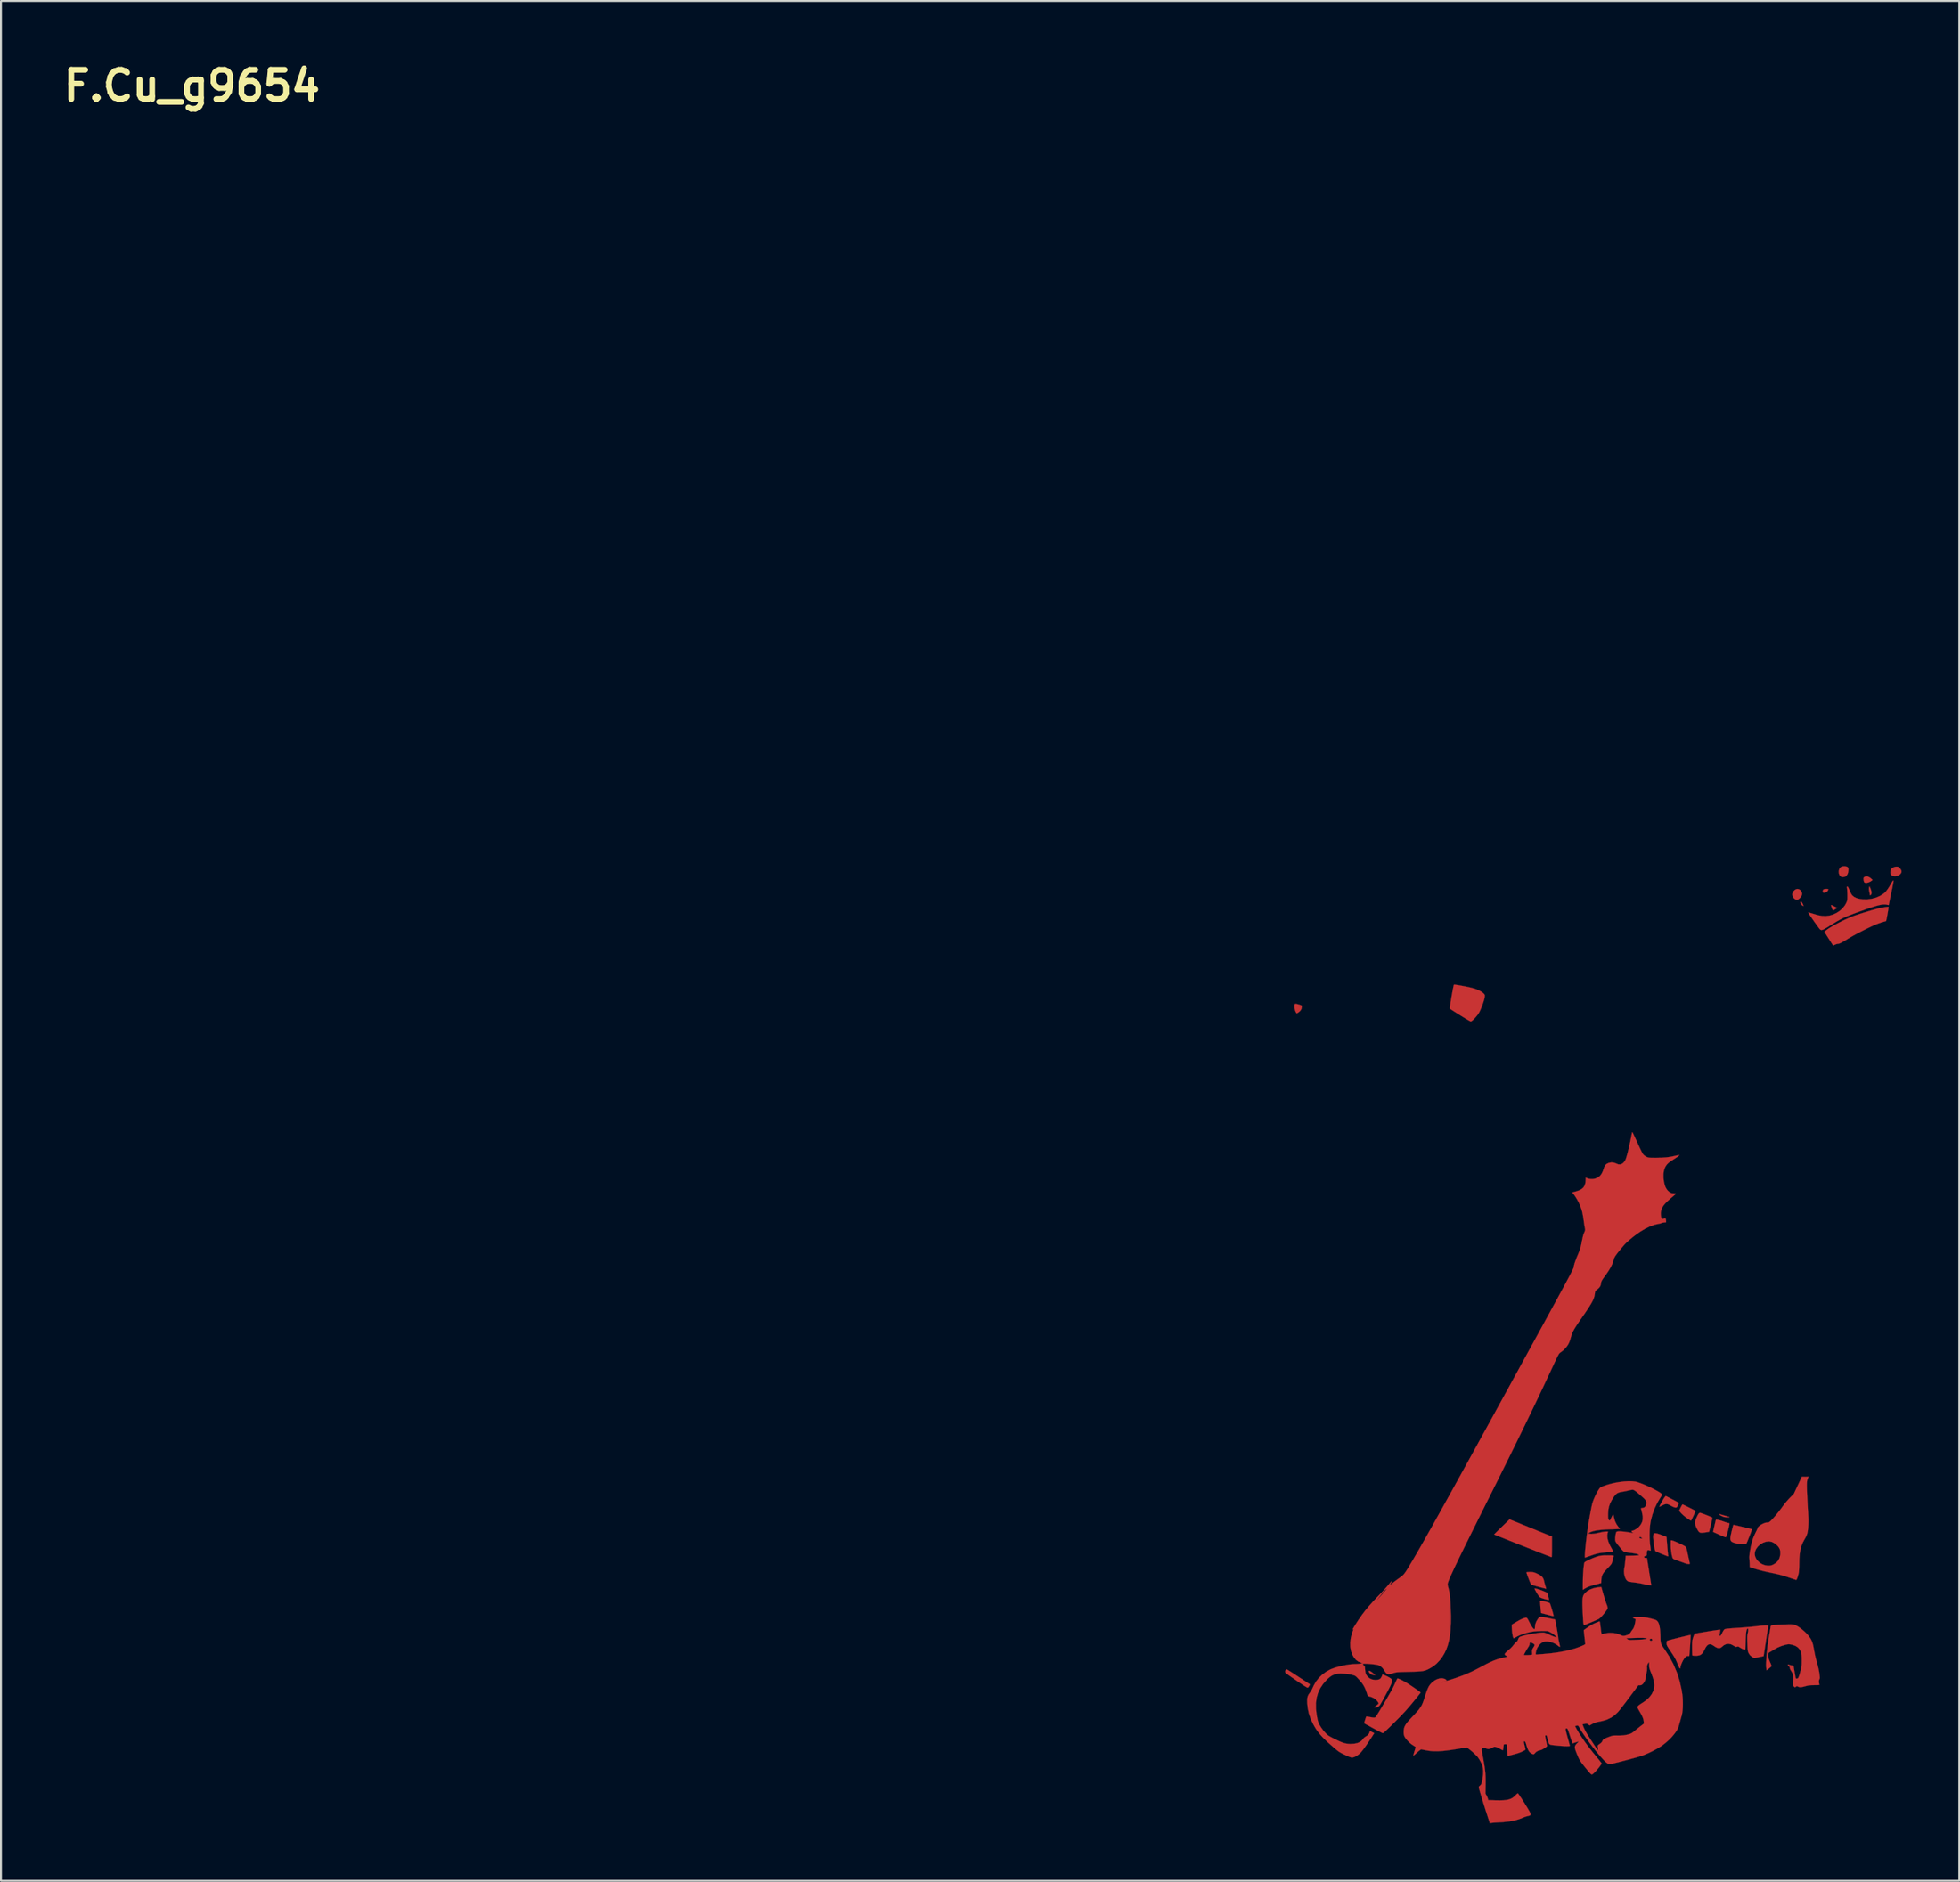
<source format=kicad_pcb>
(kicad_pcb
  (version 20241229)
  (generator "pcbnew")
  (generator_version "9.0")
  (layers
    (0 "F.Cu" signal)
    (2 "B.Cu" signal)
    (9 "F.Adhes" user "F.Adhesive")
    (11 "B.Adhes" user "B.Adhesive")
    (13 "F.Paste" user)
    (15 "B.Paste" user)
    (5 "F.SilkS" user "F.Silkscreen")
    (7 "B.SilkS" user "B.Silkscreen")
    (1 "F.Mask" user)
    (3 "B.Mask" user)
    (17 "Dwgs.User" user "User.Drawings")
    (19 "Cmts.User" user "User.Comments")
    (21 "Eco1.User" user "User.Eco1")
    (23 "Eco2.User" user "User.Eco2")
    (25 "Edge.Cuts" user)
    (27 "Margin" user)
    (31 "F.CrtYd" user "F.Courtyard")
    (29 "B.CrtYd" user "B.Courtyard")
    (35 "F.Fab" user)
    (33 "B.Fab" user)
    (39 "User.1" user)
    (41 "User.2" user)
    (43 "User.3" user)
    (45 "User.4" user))
  (footprint "F.Cu_g9654"
    (layer "F.Cu")
    (at 6.938 1.418)
    (property "Reference" "F.Cu_g9654" (at 0 0 0) (layer "F.SilkS") (effects (font (size 1.524 1.524) (thickness 0.3))))
    (attr through_hole)
    (fp_poly (pts (xy 61.344 82.57) (xy 61.428 82.629) (xy 61.51 82.697) (xy 61.584 82.76) (xy 61.51 82.761) (xy 61.439 82.75) (xy 61.372 82.722) (xy 61.314 82.677) (xy 61.27 82.626) (xy 61.248 82.579) (xy 61.253 82.545) (xy 61.254 82.544) (xy 61.286 82.541) (xy 61.344 82.57)) (stroke (width 0.01) (type solid)) (fill yes) (layer "F.Cu"))
    (fp_poly (pts (xy 83.771 42.504) (xy 83.8 42.546) (xy 83.83 42.599) (xy 83.854 42.653) (xy 83.868 42.695) (xy 83.865 42.714) (xy 83.863 42.714) (xy 83.838 42.701) (xy 83.796 42.668) (xy 83.78 42.653) (xy 83.74 42.604) (xy 83.717 42.553) (xy 83.712 42.511) (xy 83.728 42.486) (xy 83.749 42.485) (xy 83.771 42.504)) (stroke (width 0.01) (type solid)) (fill yes) (layer "F.Cu"))
    (fp_poly (pts (xy 85.326 42.667) (xy 85.375 42.689) (xy 85.443 42.721) (xy 85.47 42.735) (xy 85.628 42.814) (xy 85.537 42.871) (xy 85.468 42.914) (xy 85.424 42.931) (xy 85.395 42.918) (xy 85.372 42.873) (xy 85.348 42.808) (xy 85.325 42.738) (xy 85.31 42.685) (xy 85.305 42.662) (xy 85.306 42.661) (xy 85.326 42.667)) (stroke (width 0.01) (type solid)) (fill yes) (layer "F.Cu"))
    (fp_poly (pts (xy 85.128 41.827) (xy 85.157 41.835) (xy 85.163 41.854) (xy 85.16 41.867) (xy 85.121 41.938) (xy 85.055 41.991) (xy 84.974 42.015) (xy 84.96 42.016) (xy 84.907 42.013) (xy 84.884 41.998) (xy 84.878 41.96) (xy 84.878 41.942) (xy 84.888 41.884) (xy 84.921 41.848) (xy 84.983 41.83) (xy 85.065 41.825) (xy 85.128 41.827)) (stroke (width 0.01) (type solid)) (fill yes) (layer "F.Cu"))
    (fp_poly (pts (xy 87.355 41.794) (xy 87.397 41.91) (xy 87.414 42.01) (xy 87.405 42.088) (xy 87.378 42.13) (xy 87.347 42.153) (xy 87.334 42.151) (xy 87.334 42.151) (xy 87.33 42.123) (xy 87.319 42.064) (xy 87.304 41.988) (xy 87.301 41.978) (xy 87.283 41.861) (xy 87.284 41.776) (xy 87.288 41.756) (xy 87.307 41.688) (xy 87.355 41.794)) (stroke (width 0.01) (type solid)) (fill yes) (layer "F.Cu"))
    (fp_poly (pts (xy 88.78 40.667) (xy 88.828 40.69) (xy 88.881 40.738) (xy 88.884 40.741) (xy 88.951 40.828) (xy 88.975 40.91) (xy 88.958 40.987) (xy 88.899 41.061) (xy 88.844 41.105) (xy 88.761 41.144) (xy 88.664 41.163) (xy 88.568 41.161) (xy 88.493 41.137) (xy 88.426 41.078) (xy 88.394 40.997) (xy 88.398 40.899) (xy 88.423 40.819) (xy 88.472 40.752) (xy 88.551 40.7) (xy 88.65 40.668) (xy 88.721 40.662) (xy 88.78 40.667)) (stroke (width 0.01) (type solid)) (fill yes) (layer "F.Cu"))
    (fp_poly (pts (xy 57.478 47.811) (xy 57.561 47.831) (xy 57.592 47.84) (xy 57.675 47.864) (xy 57.726 47.883) (xy 57.752 47.901) (xy 57.762 47.925) (xy 57.764 47.959) (xy 57.744 48.072) (xy 57.685 48.169) (xy 57.609 48.236) (xy 57.554 48.273) (xy 57.515 48.297) (xy 57.503 48.302) (xy 57.486 48.287) (xy 57.461 48.253) (xy 57.42 48.165) (xy 57.393 48.054) (xy 57.383 47.943) (xy 57.386 47.87) (xy 57.398 47.827) (xy 57.426 47.808) (xy 57.478 47.811)) (stroke (width 0.01) (type solid)) (fill yes) (layer "F.Cu"))
    (fp_poly (pts (xy 83.645 41.845) (xy 83.717 41.897) (xy 83.771 41.972) (xy 83.798 42.059) (xy 83.799 42.081) (xy 83.782 42.158) (xy 83.736 42.24) (xy 83.671 42.314) (xy 83.619 42.355) (xy 83.566 42.385) (xy 83.527 42.394) (xy 83.485 42.381) (xy 83.441 42.36) (xy 83.369 42.302) (xy 83.316 42.219) (xy 83.291 42.127) (xy 83.291 42.111) (xy 83.309 42.02) (xy 83.359 41.937) (xy 83.43 41.871) (xy 83.514 41.832) (xy 83.562 41.825) (xy 83.645 41.845)) (stroke (width 0.01) (type solid)) (fill yes) (layer "F.Cu"))
    (fp_poly (pts (xy 87.214 41.177) (xy 87.313 41.226) (xy 87.353 41.254) (xy 87.408 41.3) (xy 87.447 41.337) (xy 87.461 41.355) (xy 87.444 41.374) (xy 87.402 41.406) (xy 87.363 41.432) (xy 87.278 41.474) (xy 87.191 41.5) (xy 87.114 41.506) (xy 87.056 41.491) (xy 87.039 41.478) (xy 87.019 41.436) (xy 87.004 41.372) (xy 87 41.341) (xy 86.997 41.276) (xy 87.006 41.237) (xy 87.032 41.21) (xy 87.04 41.204) (xy 87.122 41.17) (xy 87.214 41.177)) (stroke (width 0.01) (type solid)) (fill yes) (layer "F.Cu"))
    (fp_poly (pts (xy 79.512 74.386) (xy 79.569 74.401) (xy 79.647 74.422) (xy 79.736 74.448) (xy 79.827 74.475) (xy 79.911 74.5) (xy 79.978 74.52) (xy 80.019 74.534) (xy 80.026 74.537) (xy 80.016 74.544) (xy 79.975 74.547) (xy 79.915 74.547) (xy 79.848 74.544) (xy 79.786 74.538) (xy 79.739 74.531) (xy 79.735 74.529) (xy 79.676 74.507) (xy 79.609 74.475) (xy 79.546 74.441) (xy 79.503 74.412) (xy 79.492 74.401) (xy 79.483 74.381) (xy 79.485 74.38) (xy 79.512 74.386)) (stroke (width 0.01) (type solid)) (fill yes) (layer "F.Cu"))
    (fp_poly (pts (xy 86.114 40.658) (xy 86.177 40.692) (xy 86.196 40.712) (xy 86.209 40.758) (xy 86.211 40.83) (xy 86.203 40.912) (xy 86.187 40.99) (xy 86.172 41.032) (xy 86.137 41.095) (xy 86.098 41.146) (xy 86.089 41.156) (xy 86.025 41.19) (xy 85.944 41.206) (xy 85.865 41.2) (xy 85.813 41.178) (xy 85.754 41.113) (xy 85.719 41.028) (xy 85.708 40.932) (xy 85.719 40.837) (xy 85.753 40.752) (xy 85.809 40.689) (xy 85.844 40.669) (xy 85.934 40.645) (xy 86.028 40.642) (xy 86.114 40.658)) (stroke (width 0.01) (type solid)) (fill yes) (layer "F.Cu"))
    (fp_poly (pts (xy 69.969 78.266) (xy 70.052 78.288) (xy 70.15 78.319) (xy 70.255 78.358) (xy 70.352 78.397) (xy 70.534 78.475) (xy 70.583 78.645) (xy 70.605 78.726) (xy 70.621 78.792) (xy 70.628 78.832) (xy 70.628 78.837) (xy 70.605 78.843) (xy 70.545 78.835) (xy 70.448 78.812) (xy 70.4 78.8) (xy 70.279 78.763) (xy 70.196 78.73) (xy 70.144 78.699) (xy 70.133 78.688) (xy 70.098 78.643) (xy 70.055 78.579) (xy 70.007 78.503) (xy 69.961 78.426) (xy 69.921 78.354) (xy 69.892 78.297) (xy 69.88 78.263) (xy 69.88 78.258) (xy 69.909 78.255) (xy 69.969 78.266)) (stroke (width 0.01) (type solid)) (fill yes) (layer "F.Cu"))
    (fp_poly (pts (xy 70.327 78.916) (xy 70.413 78.932) (xy 70.504 78.955) (xy 70.586 78.981) (xy 70.648 79.007) (xy 70.67 79.022) (xy 70.683 79.049) (xy 70.704 79.108) (xy 70.731 79.19) (xy 70.761 79.286) (xy 70.792 79.388) (xy 70.82 79.487) (xy 70.844 79.574) (xy 70.86 79.641) (xy 70.866 79.677) (xy 70.863 79.686) (xy 70.85 79.689) (xy 70.821 79.686) (xy 70.77 79.676) (xy 70.693 79.657) (xy 70.584 79.628) (xy 70.517 79.61) (xy 70.221 79.531) (xy 70.208 79.437) (xy 70.2 79.375) (xy 70.192 79.285) (xy 70.184 79.182) (xy 70.18 79.126) (xy 70.166 78.909) (xy 70.257 78.909) (xy 70.327 78.916)) (stroke (width 0.01) (type solid)) (fill yes) (layer "F.Cu"))
    (fp_poly (pts (xy 77.627 73.898) (xy 77.7 73.932) (xy 77.788 73.975) (xy 77.886 74.023) (xy 77.985 74.073) (xy 78.078 74.12) (xy 78.158 74.162) (xy 78.218 74.194) (xy 78.249 74.213) (xy 78.253 74.216) (xy 78.245 74.242) (xy 78.222 74.296) (xy 78.19 74.369) (xy 78.153 74.452) (xy 78.113 74.537) (xy 78.076 74.615) (xy 78.045 74.676) (xy 78.024 74.712) (xy 78.019 74.718) (xy 77.996 74.708) (xy 77.949 74.681) (xy 77.903 74.652) (xy 77.756 74.551) (xy 77.623 74.444) (xy 77.514 74.34) (xy 77.483 74.304) (xy 77.4 74.206) (xy 77.482 74.038) (xy 77.52 73.964) (xy 77.552 73.909) (xy 77.573 73.879) (xy 77.578 73.877) (xy 77.627 73.898)) (stroke (width 0.01) (type solid)) (fill yes) (layer "F.Cu"))
    (fp_poly (pts (xy 57 82.477) (xy 57.007 82.48) (xy 57.036 82.497) (xy 57.095 82.534) (xy 57.181 82.588) (xy 57.288 82.657) (xy 57.412 82.738) (xy 57.547 82.826) (xy 57.621 82.875) (xy 58.188 83.248) (xy 58.145 83.333) (xy 58.106 83.391) (xy 58.069 83.417) (xy 58.063 83.418) (xy 58.035 83.406) (xy 57.978 83.374) (xy 57.897 83.323) (xy 57.797 83.258) (xy 57.683 83.182) (xy 57.592 83.121) (xy 57.418 83.001) (xy 57.276 82.903) (xy 57.162 82.823) (xy 57.074 82.761) (xy 57.007 82.712) (xy 56.96 82.676) (xy 56.929 82.648) (xy 56.91 82.628) (xy 56.9 82.612) (xy 56.897 82.598) (xy 56.897 82.587) (xy 56.91 82.532) (xy 56.928 82.499) (xy 56.96 82.471) (xy 57 82.477)) (stroke (width 0.01) (type solid)) (fill yes) (layer "F.Cu"))
    (fp_poly (pts (xy 78.528 74.324) (xy 78.59 74.345) (xy 78.674 74.375) (xy 78.77 74.412) (xy 78.87 74.451) (xy 78.964 74.49) (xy 79.043 74.524) (xy 79.1 74.55) (xy 79.124 74.565) (xy 79.124 74.59) (xy 79.115 74.648) (xy 79.098 74.734) (xy 79.074 74.84) (xy 79.05 74.941) (xy 78.96 75.3) (xy 78.802 75.326) (xy 78.678 75.343) (xy 78.588 75.351) (xy 78.523 75.348) (xy 78.476 75.334) (xy 78.439 75.308) (xy 78.431 75.301) (xy 78.397 75.256) (xy 78.354 75.186) (xy 78.311 75.106) (xy 78.305 75.095) (xy 78.255 74.972) (xy 78.232 74.865) (xy 78.238 74.761) (xy 78.271 74.646) (xy 78.31 74.556) (xy 78.36 74.453) (xy 78.4 74.383) (xy 78.434 74.341) (xy 78.466 74.321) (xy 78.495 74.316) (xy 78.528 74.324)) (stroke (width 0.01) (type solid)) (fill yes) (layer "F.Cu"))
    (fp_poly (pts (xy 76.273 75.396) (xy 76.394 75.434) (xy 76.494 75.471) (xy 76.743 75.568) (xy 76.78 76.027) (xy 76.792 76.165) (xy 76.803 76.29) (xy 76.813 76.397) (xy 76.821 76.478) (xy 76.827 76.526) (xy 76.829 76.533) (xy 76.83 76.569) (xy 76.821 76.579) (xy 76.796 76.571) (xy 76.74 76.549) (xy 76.658 76.517) (xy 76.558 76.477) (xy 76.497 76.452) (xy 76.389 76.407) (xy 76.295 76.366) (xy 76.221 76.331) (xy 76.174 76.307) (xy 76.163 76.299) (xy 76.149 76.267) (xy 76.133 76.202) (xy 76.115 76.111) (xy 76.097 76.004) (xy 76.081 75.889) (xy 76.067 75.775) (xy 76.057 75.67) (xy 76.052 75.582) (xy 76.052 75.564) (xy 76.056 75.484) (xy 76.066 75.425) (xy 76.077 75.4) (xy 76.118 75.379) (xy 76.182 75.378) (xy 76.273 75.396)) (stroke (width 0.01) (type solid)) (fill yes) (layer "F.Cu"))
    (fp_poly (pts (xy 77.031 73.605) (xy 77.138 73.661) (xy 77.233 73.711) (xy 77.308 73.752) (xy 77.358 73.78) (xy 77.374 73.79) (xy 77.377 73.82) (xy 77.358 73.878) (xy 77.337 73.925) (xy 77.302 73.99) (xy 77.274 74.026) (xy 77.243 74.039) (xy 77.22 74.041) (xy 77.167 74.031) (xy 77.097 74.006) (xy 77.056 73.986) (xy 76.984 73.948) (xy 76.919 73.913) (xy 76.892 73.899) (xy 76.805 73.864) (xy 76.72 73.856) (xy 76.627 73.878) (xy 76.53 73.923) (xy 76.46 73.958) (xy 76.407 73.983) (xy 76.379 73.992) (xy 76.377 73.992) (xy 76.382 73.97) (xy 76.405 73.921) (xy 76.44 73.851) (xy 76.483 73.771) (xy 76.531 73.687) (xy 76.577 73.608) (xy 76.617 73.543) (xy 76.648 73.5) (xy 76.655 73.491) (xy 76.708 73.438) (xy 77.031 73.605)) (stroke (width 0.01) (type solid)) (fill yes) (layer "F.Cu"))
    (fp_poly (pts (xy 79.435 74.683) (xy 79.511 74.702) (xy 79.606 74.73) (xy 79.695 74.761) (xy 79.791 74.794) (xy 79.876 74.821) (xy 79.939 74.839) (xy 79.97 74.845) (xy 80.009 74.856) (xy 80.02 74.866) (xy 80.019 74.892) (xy 80.009 74.952) (xy 79.991 75.039) (xy 79.966 75.145) (xy 79.943 75.236) (xy 79.907 75.372) (xy 79.879 75.47) (xy 79.856 75.535) (xy 79.838 75.572) (xy 79.822 75.584) (xy 79.82 75.584) (xy 79.791 75.575) (xy 79.73 75.552) (xy 79.645 75.517) (xy 79.544 75.474) (xy 79.482 75.446) (xy 79.378 75.399) (xy 79.288 75.359) (xy 79.219 75.328) (xy 79.179 75.309) (xy 79.171 75.304) (xy 79.174 75.283) (xy 79.185 75.228) (xy 79.203 75.146) (xy 79.227 75.045) (xy 79.24 74.987) (xy 79.315 74.676) (xy 79.386 74.676) (xy 79.435 74.683)) (stroke (width 0.01) (type solid)) (fill yes) (layer "F.Cu"))
    (fp_poly (pts (xy 69.743 77.398) (xy 69.818 77.409) (xy 69.892 77.431) (xy 69.977 77.467) (xy 70.112 77.533) (xy 70.213 77.597) (xy 70.284 77.666) (xy 70.333 77.746) (xy 70.367 77.845) (xy 70.378 77.894) (xy 70.4 77.991) (xy 70.429 78.094) (xy 70.444 78.14) (xy 70.465 78.204) (xy 70.478 78.249) (xy 70.48 78.264) (xy 70.459 78.261) (xy 70.403 78.247) (xy 70.32 78.226) (xy 70.215 78.199) (xy 70.096 78.167) (xy 69.975 78.134) (xy 69.868 78.103) (xy 69.783 78.077) (xy 69.725 78.058) (xy 69.701 78.048) (xy 69.684 78.018) (xy 69.658 77.96) (xy 69.624 77.88) (xy 69.587 77.787) (xy 69.549 77.69) (xy 69.514 77.596) (xy 69.485 77.513) (xy 69.465 77.45) (xy 69.457 77.415) (xy 69.457 77.411) (xy 69.484 77.404) (xy 69.542 77.399) (xy 69.621 77.396) (xy 69.645 77.396) (xy 69.743 77.398)) (stroke (width 0.01) (type solid)) (fill yes) (layer "F.Cu"))
    (fp_poly (pts (xy 80.247 74.944) (xy 80.303 74.955) (xy 80.386 74.973) (xy 80.489 74.997) (xy 80.605 75.024) (xy 80.726 75.052) (xy 80.847 75.081) (xy 80.959 75.108) (xy 81.056 75.133) (xy 81.131 75.152) (xy 81.177 75.165) (xy 81.188 75.169) (xy 81.184 75.191) (xy 81.167 75.245) (xy 81.139 75.323) (xy 81.104 75.417) (xy 81.064 75.521) (xy 81.022 75.626) (xy 80.982 75.726) (xy 80.946 75.812) (xy 80.917 75.878) (xy 80.898 75.915) (xy 80.895 75.919) (xy 80.861 75.934) (xy 80.795 75.942) (xy 80.707 75.944) (xy 80.608 75.94) (xy 80.508 75.93) (xy 80.423 75.915) (xy 80.284 75.88) (xy 80.183 75.842) (xy 80.116 75.796) (xy 80.079 75.737) (xy 80.067 75.659) (xy 80.076 75.557) (xy 80.085 75.508) (xy 80.101 75.427) (xy 80.123 75.332) (xy 80.146 75.231) (xy 80.171 75.133) (xy 80.193 75.047) (xy 80.211 74.982) (xy 80.223 74.946) (xy 80.225 74.942) (xy 80.247 74.944)) (stroke (width 0.01) (type solid)) (fill yes) (layer "F.Cu"))
    (fp_poly (pts (xy 77.025 75.751) (xy 77.073 75.763) (xy 77.148 75.791) (xy 77.243 75.83) (xy 77.349 75.877) (xy 77.456 75.926) (xy 77.557 75.975) (xy 77.642 76.02) (xy 77.702 76.055) (xy 77.726 76.072) (xy 77.767 76.131) (xy 77.797 76.219) (xy 77.806 76.263) (xy 77.822 76.339) (xy 77.844 76.442) (xy 77.869 76.559) (xy 77.895 76.672) (xy 77.918 76.775) (xy 77.937 76.863) (xy 77.951 76.928) (xy 77.957 76.961) (xy 77.957 76.964) (xy 77.939 76.978) (xy 77.892 76.981) (xy 77.827 76.973) (xy 77.758 76.956) (xy 77.735 76.947) (xy 77.683 76.928) (xy 77.602 76.899) (xy 77.502 76.863) (xy 77.392 76.824) (xy 77.364 76.814) (xy 77.252 76.774) (xy 77.173 76.745) (xy 77.121 76.721) (xy 77.089 76.7) (xy 77.07 76.677) (xy 77.057 76.649) (xy 77.051 76.633) (xy 77.017 76.503) (xy 76.99 76.347) (xy 76.972 76.179) (xy 76.966 76.014) (xy 76.967 75.964) (xy 76.973 75.745) (xy 77.025 75.751)) (stroke (width 0.01) (type solid)) (fill yes) (layer "F.Cu"))
    (fp_poly (pts (xy 69.6 75.07) (xy 69.799 75.151) (xy 69.988 75.228) (xy 70.164 75.299) (xy 70.322 75.363) (xy 70.458 75.418) (xy 70.568 75.463) (xy 70.649 75.495) (xy 70.695 75.514) (xy 70.702 75.517) (xy 70.781 75.548) (xy 70.781 76.086) (xy 70.781 76.232) (xy 70.779 76.362) (xy 70.776 76.472) (xy 70.773 76.556) (xy 70.769 76.608) (xy 70.765 76.622) (xy 70.744 76.615) (xy 70.686 76.593) (xy 70.594 76.557) (xy 70.473 76.51) (xy 70.324 76.452) (xy 70.152 76.385) (xy 69.959 76.309) (xy 69.747 76.226) (xy 69.521 76.137) (xy 69.284 76.043) (xy 69.263 76.035) (xy 69.025 75.941) (xy 68.799 75.851) (xy 68.587 75.767) (xy 68.394 75.69) (xy 68.221 75.621) (xy 68.072 75.561) (xy 67.95 75.511) (xy 67.858 75.474) (xy 67.799 75.449) (xy 67.777 75.438) (xy 67.777 75.438) (xy 67.791 75.421) (xy 67.832 75.379) (xy 67.896 75.315) (xy 67.978 75.234) (xy 68.075 75.14) (xy 68.176 75.041) (xy 68.577 74.655) (xy 69.6 75.07)) (stroke (width 0.01) (type solid)) (fill yes) (layer "F.Cu"))
    (fp_poly (pts (xy 73.459 78.56) (xy 73.498 78.692) (xy 73.537 78.82) (xy 73.574 78.935) (xy 73.605 79.026) (xy 73.625 79.077) (xy 73.654 79.155) (xy 73.674 79.226) (xy 73.681 79.271) (xy 73.667 79.312) (xy 73.63 79.376) (xy 73.574 79.456) (xy 73.506 79.543) (xy 73.433 79.631) (xy 73.36 79.713) (xy 73.292 79.781) (xy 73.237 79.827) (xy 73.217 79.84) (xy 73.166 79.864) (xy 73.089 79.899) (xy 72.994 79.94) (xy 72.889 79.985) (xy 72.781 80.03) (xy 72.678 80.073) (xy 72.586 80.111) (xy 72.515 80.139) (xy 72.47 80.155) (xy 72.459 80.158) (xy 72.441 80.14) (xy 72.425 80.094) (xy 72.423 80.085) (xy 72.417 80.032) (xy 72.409 79.944) (xy 72.401 79.83) (xy 72.394 79.697) (xy 72.387 79.552) (xy 72.38 79.403) (xy 72.375 79.259) (xy 72.371 79.126) (xy 72.37 79.012) (xy 72.369 78.996) (xy 72.372 78.854) (xy 72.382 78.745) (xy 72.402 78.659) (xy 72.435 78.586) (xy 72.484 78.517) (xy 72.512 78.484) (xy 72.625 78.386) (xy 72.77 78.304) (xy 72.94 78.24) (xy 73.126 78.199) (xy 73.246 78.186) (xy 73.35 78.179) (xy 73.459 78.56)) (stroke (width 0.01) (type solid)) (fill yes) (layer "F.Cu"))
    (fp_poly (pts (xy 73.765 76.53) (xy 73.862 76.532) (xy 73.936 76.535) (xy 73.98 76.539) (xy 73.987 76.542) (xy 73.989 76.567) (xy 73.98 76.623) (xy 73.964 76.697) (xy 73.942 76.78) (xy 73.919 76.861) (xy 73.896 76.929) (xy 73.88 76.966) (xy 73.853 77.005) (xy 73.803 77.064) (xy 73.736 77.136) (xy 73.66 77.214) (xy 73.658 77.217) (xy 73.544 77.337) (xy 73.462 77.442) (xy 73.405 77.541) (xy 73.371 77.642) (xy 73.354 77.755) (xy 73.351 77.808) (xy 73.345 77.967) (xy 73.051 78.046) (xy 72.896 78.089) (xy 72.772 78.127) (xy 72.672 78.165) (xy 72.586 78.204) (xy 72.504 78.249) (xy 72.48 78.264) (xy 72.39 78.319) (xy 72.39 77.936) (xy 72.392 77.796) (xy 72.397 77.645) (xy 72.405 77.492) (xy 72.415 77.342) (xy 72.427 77.204) (xy 72.44 77.082) (xy 72.453 76.986) (xy 72.466 76.921) (xy 72.474 76.9) (xy 72.503 76.874) (xy 72.564 76.836) (xy 72.65 76.791) (xy 72.752 76.743) (xy 72.863 76.694) (xy 72.976 76.648) (xy 73.082 76.609) (xy 73.141 76.589) (xy 73.222 76.566) (xy 73.292 76.55) (xy 73.364 76.539) (xy 73.448 76.533) (xy 73.555 76.531) (xy 73.653 76.53) (xy 73.765 76.53)) (stroke (width 0.01) (type solid)) (fill yes) (layer "F.Cu"))
    (fp_poly (pts (xy 77.996 80.699) (xy 77.995 80.76) (xy 77.992 80.852) (xy 77.986 80.97) (xy 77.978 81.108) (xy 77.968 81.261) (xy 77.956 81.423) (xy 77.944 81.589) (xy 77.943 81.603) (xy 77.93 81.767) (xy 77.856 81.767) (xy 77.797 81.776) (xy 77.745 81.809) (xy 77.711 81.842) (xy 77.654 81.916) (xy 77.594 82.015) (xy 77.541 82.125) (xy 77.499 82.23) (xy 77.476 82.318) (xy 77.475 82.326) (xy 77.465 82.392) (xy 77.451 82.419) (xy 77.431 82.408) (xy 77.411 82.38) (xy 77.391 82.341) (xy 77.361 82.275) (xy 77.328 82.195) (xy 77.321 82.178) (xy 77.278 82.073) (xy 77.236 81.98) (xy 77.191 81.891) (xy 77.137 81.798) (xy 77.07 81.69) (xy 76.984 81.561) (xy 76.952 81.512) (xy 76.878 81.402) (xy 76.825 81.319) (xy 76.789 81.258) (xy 76.767 81.211) (xy 76.755 81.172) (xy 76.751 81.133) (xy 76.75 81.1) (xy 76.752 81.034) (xy 76.761 80.997) (xy 76.784 80.978) (xy 76.819 80.965) (xy 76.881 80.947) (xy 76.971 80.922) (xy 77.082 80.893) (xy 77.207 80.861) (xy 77.342 80.827) (xy 77.478 80.793) (xy 77.61 80.761) (xy 77.733 80.731) (xy 77.838 80.706) (xy 77.921 80.688) (xy 77.975 80.677) (xy 77.994 80.675) (xy 77.996 80.699)) (stroke (width 0.01) (type solid)) (fill yes) (layer "F.Cu"))
    (fp_poly (pts (xy 65.768 46.816) (xy 65.856 46.828) (xy 65.966 46.846) (xy 66.091 46.868) (xy 66.225 46.893) (xy 66.36 46.92) (xy 66.49 46.948) (xy 66.608 46.976) (xy 66.629 46.981) (xy 66.798 47.032) (xy 66.955 47.095) (xy 67.09 47.166) (xy 67.195 47.24) (xy 67.213 47.257) (xy 67.259 47.304) (xy 67.282 47.341) (xy 67.287 47.386) (xy 67.282 47.454) (xy 67.267 47.533) (xy 67.237 47.64) (xy 67.196 47.766) (xy 67.148 47.901) (xy 67.095 48.035) (xy 67.041 48.158) (xy 66.998 48.246) (xy 66.952 48.322) (xy 66.89 48.408) (xy 66.819 48.494) (xy 66.744 48.576) (xy 66.674 48.646) (xy 66.613 48.697) (xy 66.567 48.722) (xy 66.556 48.724) (xy 66.529 48.713) (xy 66.47 48.681) (xy 66.386 48.633) (xy 66.281 48.571) (xy 66.159 48.497) (xy 66.027 48.415) (xy 66.003 48.4) (xy 65.87 48.317) (xy 65.749 48.24) (xy 65.644 48.173) (xy 65.559 48.118) (xy 65.5 48.079) (xy 65.471 48.059) (xy 65.47 48.058) (xy 65.469 48.033) (xy 65.474 47.973) (xy 65.486 47.885) (xy 65.502 47.773) (xy 65.522 47.646) (xy 65.544 47.509) (xy 65.568 47.368) (xy 65.593 47.231) (xy 65.616 47.103) (xy 65.638 46.991) (xy 65.657 46.901) (xy 65.672 46.839) (xy 65.682 46.812) (xy 65.707 46.81) (xy 65.768 46.816)) (stroke (width 0.01) (type solid)) (fill yes) (layer "F.Cu"))
    (fp_poly (pts (xy 88.297 42.762) (xy 88.3 42.764) (xy 88.3 42.786) (xy 88.292 42.842) (xy 88.28 42.923) (xy 88.263 43.02) (xy 88.244 43.126) (xy 88.225 43.232) (xy 88.206 43.33) (xy 88.19 43.412) (xy 88.177 43.469) (xy 88.17 43.493) (xy 88.149 43.501) (xy 88.097 43.517) (xy 88.026 43.537) (xy 88.015 43.54) (xy 87.918 43.57) (xy 87.806 43.608) (xy 87.702 43.646) (xy 87.7 43.647) (xy 87.559 43.706) (xy 87.391 43.782) (xy 87.204 43.872) (xy 87.007 43.969) (xy 86.808 44.071) (xy 86.616 44.172) (xy 86.44 44.269) (xy 86.288 44.356) (xy 86.244 44.383) (xy 86.092 44.476) (xy 85.971 44.548) (xy 85.876 44.601) (xy 85.802 44.639) (xy 85.745 44.664) (xy 85.7 44.677) (xy 85.662 44.682) (xy 85.655 44.682) (xy 85.599 44.692) (xy 85.531 44.717) (xy 85.513 44.725) (xy 85.461 44.751) (xy 85.426 44.766) (xy 85.421 44.767) (xy 85.407 44.75) (xy 85.374 44.703) (xy 85.326 44.63) (xy 85.267 44.538) (xy 85.199 44.431) (xy 85.187 44.413) (xy 84.963 44.058) (xy 85.052 43.98) (xy 85.13 43.921) (xy 85.24 43.848) (xy 85.377 43.766) (xy 85.534 43.678) (xy 85.704 43.588) (xy 85.882 43.498) (xy 86.062 43.412) (xy 86.236 43.333) (xy 86.398 43.265) (xy 86.413 43.259) (xy 86.513 43.222) (xy 86.647 43.176) (xy 86.808 43.123) (xy 86.988 43.066) (xy 87.179 43.008) (xy 87.375 42.949) (xy 87.569 42.893) (xy 87.63 42.876) (xy 87.743 42.846) (xy 87.863 42.819) (xy 87.982 42.795) (xy 88.093 42.776) (xy 88.187 42.764) (xy 88.258 42.758) (xy 88.297 42.762)) (stroke (width 0.01) (type solid)) (fill yes) (layer "F.Cu"))
    (fp_poly (pts (xy 62.824 82.963) (xy 62.906 82.999) (xy 63.006 83.049) (xy 63.118 83.111) (xy 63.237 83.18) (xy 63.356 83.254) (xy 63.42 83.297) (xy 63.57 83.398) (xy 63.699 83.487) (xy 63.804 83.561) (xy 63.881 83.618) (xy 63.929 83.656) (xy 63.944 83.672) (xy 63.931 83.693) (xy 63.895 83.741) (xy 63.84 83.812) (xy 63.77 83.9) (xy 63.689 84) (xy 63.601 84.108) (xy 63.511 84.218) (xy 63.421 84.325) (xy 63.338 84.424) (xy 63.263 84.511) (xy 63.238 84.54) (xy 63.155 84.633) (xy 63.055 84.74) (xy 62.944 84.857) (xy 62.825 84.981) (xy 62.7 85.107) (xy 62.575 85.233) (xy 62.453 85.355) (xy 62.337 85.469) (xy 62.231 85.57) (xy 62.139 85.657) (xy 62.065 85.724) (xy 62.012 85.768) (xy 61.984 85.786) (xy 61.983 85.786) (xy 61.954 85.776) (xy 61.894 85.748) (xy 61.808 85.705) (xy 61.701 85.65) (xy 61.579 85.585) (xy 61.479 85.531) (xy 61.351 85.461) (xy 61.237 85.398) (xy 61.14 85.346) (xy 61.067 85.305) (xy 61.021 85.28) (xy 61.008 85.273) (xy 61.012 85.252) (xy 61.026 85.202) (xy 61.046 85.136) (xy 61.069 85.063) (xy 61.092 84.996) (xy 61.11 84.945) (xy 61.12 84.923) (xy 61.144 84.923) (xy 61.199 84.93) (xy 61.277 84.943) (xy 61.329 84.953) (xy 61.435 84.972) (xy 61.509 84.979) (xy 61.558 84.976) (xy 61.578 84.97) (xy 61.605 84.943) (xy 61.651 84.88) (xy 61.716 84.78) (xy 61.801 84.644) (xy 61.904 84.473) (xy 61.997 84.316) (xy 62.112 84.12) (xy 62.208 83.956) (xy 62.287 83.82) (xy 62.352 83.706) (xy 62.406 83.611) (xy 62.45 83.531) (xy 62.488 83.46) (xy 62.521 83.394) (xy 62.553 83.328) (xy 62.585 83.259) (xy 62.614 83.196) (xy 62.656 83.104) (xy 62.694 83.025) (xy 62.723 82.97) (xy 62.738 82.944) (xy 62.766 82.943) (xy 62.824 82.963)) (stroke (width 0.01) (type solid)) (fill yes) (layer "F.Cu"))
    (fp_poly (pts (xy 88.561 41.406) (xy 88.557 41.435) (xy 88.545 41.499) (xy 88.527 41.593) (xy 88.503 41.713) (xy 88.475 41.852) (xy 88.443 42.005) (xy 88.434 42.048) (xy 88.402 42.202) (xy 88.373 42.342) (xy 88.348 42.464) (xy 88.328 42.561) (xy 88.314 42.628) (xy 88.308 42.66) (xy 88.307 42.663) (xy 88.289 42.661) (xy 88.244 42.651) (xy 88.228 42.647) (xy 88.164 42.634) (xy 88.092 42.629) (xy 88.008 42.633) (xy 87.91 42.647) (xy 87.794 42.671) (xy 87.657 42.707) (xy 87.496 42.756) (xy 87.307 42.817) (xy 87.087 42.893) (xy 86.833 42.984) (xy 86.699 43.032) (xy 86.485 43.11) (xy 86.304 43.179) (xy 86.147 43.242) (xy 86.007 43.303) (xy 85.875 43.366) (xy 85.744 43.436) (xy 85.605 43.514) (xy 85.452 43.607) (xy 85.275 43.716) (xy 85.214 43.755) (xy 85.08 43.838) (xy 84.976 43.899) (xy 84.897 43.939) (xy 84.836 43.958) (xy 84.789 43.958) (xy 84.749 43.94) (xy 84.712 43.905) (xy 84.672 43.853) (xy 84.671 43.852) (xy 84.555 43.692) (xy 84.447 43.543) (xy 84.352 43.407) (xy 84.269 43.288) (xy 84.203 43.19) (xy 84.156 43.116) (xy 84.13 43.07) (xy 84.126 43.055) (xy 84.149 43.054) (xy 84.204 43.066) (xy 84.282 43.088) (xy 84.376 43.118) (xy 84.614 43.189) (xy 84.83 43.229) (xy 85.03 43.237) (xy 85.22 43.214) (xy 85.406 43.16) (xy 85.582 43.08) (xy 85.756 42.97) (xy 85.907 42.835) (xy 86.028 42.682) (xy 86.079 42.592) (xy 86.113 42.523) (xy 86.135 42.468) (xy 86.149 42.417) (xy 86.156 42.357) (xy 86.159 42.278) (xy 86.159 42.176) (xy 86.157 42.063) (xy 86.153 41.954) (xy 86.147 41.863) (xy 86.141 41.809) (xy 86.132 41.744) (xy 86.135 41.71) (xy 86.149 41.699) (xy 86.154 41.698) (xy 86.169 41.704) (xy 86.186 41.724) (xy 86.208 41.763) (xy 86.239 41.826) (xy 86.28 41.919) (xy 86.333 42.043) (xy 86.402 42.153) (xy 86.507 42.241) (xy 86.646 42.307) (xy 86.818 42.35) (xy 86.955 42.366) (xy 87.197 42.367) (xy 87.433 42.336) (xy 87.657 42.275) (xy 87.861 42.186) (xy 88.039 42.072) (xy 88.114 42.008) (xy 88.188 41.926) (xy 88.271 41.813) (xy 88.355 41.68) (xy 88.412 41.578) (xy 88.459 41.496) (xy 88.501 41.434) (xy 88.535 41.397) (xy 88.556 41.39) (xy 88.561 41.406)) (stroke (width 0.01) (type solid)) (fill yes) (layer "F.Cu"))
    (fp_poly (pts (xy 84.09 72.543) (xy 84.078 72.576) (xy 84.068 72.612) (xy 84.06 72.653) (xy 84.053 72.702) (xy 84.049 72.762) (xy 84.047 72.836) (xy 84.047 72.927) (xy 84.049 73.038) (xy 84.053 73.171) (xy 84.06 73.329) (xy 84.069 73.516) (xy 84.08 73.734) (xy 84.093 73.986) (xy 84.11 74.274) (xy 84.126 74.57) (xy 84.129 74.674) (xy 84.128 74.803) (xy 84.124 74.939) (xy 84.117 75.048) (xy 84.103 75.203) (xy 84.083 75.328) (xy 84.053 75.437) (xy 84.009 75.543) (xy 83.947 75.658) (xy 83.914 75.713) (xy 83.828 75.877) (xy 83.76 76.053) (xy 83.71 76.246) (xy 83.675 76.463) (xy 83.656 76.709) (xy 83.651 76.963) (xy 83.649 77.089) (xy 83.645 77.211) (xy 83.639 77.317) (xy 83.632 77.397) (xy 83.629 77.418) (xy 83.609 77.51) (xy 83.584 77.602) (xy 83.557 77.687) (xy 83.53 77.755) (xy 83.506 77.797) (xy 83.493 77.806) (xy 83.467 77.799) (xy 83.407 77.78) (xy 83.321 77.752) (xy 83.214 77.716) (xy 83.093 77.674) (xy 83.079 77.67) (xy 82.897 77.61) (xy 82.725 77.559) (xy 82.548 77.513) (xy 82.353 77.469) (xy 82.21 77.44) (xy 81.843 77.361) (xy 81.517 77.278) (xy 81.23 77.19) (xy 81.164 77.167) (xy 81.079 77.138) (xy 81.076 77.013) (xy 81.073 76.925) (xy 81.066 76.819) (xy 81.059 76.729) (xy 81.054 76.65) (xy 81.056 76.567) (xy 81.065 76.47) (xy 81.068 76.451) (xy 81.333 76.451) (xy 81.353 76.578) (xy 81.406 76.7) (xy 81.488 76.812) (xy 81.594 76.91) (xy 81.719 76.988) (xy 81.859 77.042) (xy 82.009 77.066) (xy 82.044 77.067) (xy 82.137 77.063) (xy 82.215 77.046) (xy 82.3 77.01) (xy 82.312 77.003) (xy 82.451 76.915) (xy 82.554 76.805) (xy 82.624 76.67) (xy 82.664 76.507) (xy 82.668 76.472) (xy 82.669 76.324) (xy 82.637 76.197) (xy 82.568 76.081) (xy 82.504 76.01) (xy 82.369 75.899) (xy 82.233 75.828) (xy 82.096 75.799) (xy 82.069 75.798) (xy 81.911 75.818) (xy 81.758 75.873) (xy 81.617 75.96) (xy 81.496 76.071) (xy 81.403 76.202) (xy 81.351 76.324) (xy 81.333 76.451) (xy 81.068 76.451) (xy 81.083 76.348) (xy 81.099 76.253) (xy 81.139 76.038) (xy 81.183 75.854) (xy 81.232 75.691) (xy 81.29 75.538) (xy 81.361 75.385) (xy 81.377 75.353) (xy 81.422 75.263) (xy 81.459 75.187) (xy 81.483 75.131) (xy 81.492 75.105) (xy 81.51 75.062) (xy 81.56 75.01) (xy 81.631 74.955) (xy 81.716 74.904) (xy 81.804 74.861) (xy 81.887 74.831) (xy 81.956 74.821) (xy 81.963 74.821) (xy 82.036 74.817) (xy 82.092 74.796) (xy 82.152 74.748) (xy 82.231 74.669) (xy 82.326 74.566) (xy 82.432 74.442) (xy 82.546 74.303) (xy 82.662 74.154) (xy 82.778 73.999) (xy 82.824 73.935) (xy 82.908 73.824) (xy 83.009 73.703) (xy 83.111 73.588) (xy 83.175 73.522) (xy 83.367 73.332) (xy 83.578 72.883) (xy 83.788 72.434) (xy 83.961 72.433) (xy 84.133 72.432) (xy 84.09 72.543)) (stroke (width 0.01) (type solid)) (fill yes) (layer "F.Cu"))
    (fp_poly (pts (xy 82.03 80.259) (xy 82.024 80.298) (xy 82.012 80.374) (xy 81.996 80.481) (xy 81.975 80.613) (xy 81.952 80.764) (xy 81.926 80.93) (xy 81.907 81.056) (xy 81.797 81.775) (xy 81.575 81.822) (xy 81.481 81.842) (xy 81.399 81.858) (xy 81.341 81.868) (xy 81.319 81.871) (xy 81.284 81.861) (xy 81.228 81.832) (xy 81.182 81.804) (xy 81.083 81.718) (xy 81.024 81.627) (xy 81.005 81.586) (xy 80.99 81.546) (xy 80.979 81.501) (xy 80.971 81.441) (xy 80.965 81.361) (xy 80.959 81.253) (xy 80.954 81.114) (xy 80.949 80.966) (xy 80.947 80.852) (xy 80.947 80.766) (xy 80.952 80.699) (xy 80.96 80.643) (xy 80.972 80.592) (xy 80.973 80.586) (xy 80.993 80.498) (xy 80.999 80.425) (xy 80.995 80.37) (xy 80.983 80.338) (xy 80.963 80.335) (xy 80.938 80.364) (xy 80.911 80.427) (xy 80.898 80.479) (xy 80.887 80.553) (xy 80.878 80.653) (xy 80.871 80.785) (xy 80.864 80.954) (xy 80.863 80.978) (xy 80.85 81.428) (xy 80.799 81.428) (xy 80.733 81.415) (xy 80.647 81.374) (xy 80.549 81.313) (xy 80.495 81.281) (xy 80.453 81.273) (xy 80.411 81.284) (xy 80.373 81.293) (xy 80.337 81.288) (xy 80.291 81.265) (xy 80.232 81.226) (xy 80.103 81.159) (xy 79.974 81.134) (xy 79.848 81.149) (xy 79.728 81.206) (xy 79.639 81.28) (xy 79.565 81.338) (xy 79.484 81.36) (xy 79.394 81.347) (xy 79.29 81.297) (xy 79.202 81.237) (xy 79.1 81.175) (xy 79.008 81.153) (xy 78.924 81.17) (xy 78.849 81.229) (xy 78.778 81.328) (xy 78.743 81.397) (xy 78.675 81.53) (xy 78.609 81.627) (xy 78.539 81.692) (xy 78.457 81.732) (xy 78.358 81.75) (xy 78.269 81.754) (xy 78.19 81.752) (xy 78.127 81.747) (xy 78.094 81.741) (xy 78.092 81.739) (xy 78.087 81.715) (xy 78.083 81.655) (xy 78.08 81.567) (xy 78.078 81.457) (xy 78.077 81.349) (xy 78.077 81.212) (xy 78.078 81.108) (xy 78.082 81.028) (xy 78.089 80.965) (xy 78.1 80.909) (xy 78.117 80.851) (xy 78.133 80.799) (xy 78.162 80.719) (xy 78.188 80.655) (xy 78.208 80.617) (xy 78.213 80.612) (xy 78.239 80.605) (xy 78.3 80.593) (xy 78.39 80.576) (xy 78.503 80.557) (xy 78.632 80.535) (xy 78.772 80.512) (xy 78.916 80.488) (xy 79.059 80.465) (xy 79.193 80.444) (xy 79.314 80.426) (xy 79.414 80.411) (xy 79.488 80.401) (xy 79.53 80.397) (xy 79.537 80.398) (xy 79.538 80.421) (xy 79.533 80.476) (xy 79.523 80.549) (xy 79.522 80.559) (xy 79.512 80.635) (xy 79.507 80.693) (xy 79.509 80.723) (xy 79.51 80.724) (xy 79.536 80.724) (xy 79.572 80.689) (xy 79.614 80.624) (xy 79.654 80.545) (xy 79.692 80.472) (xy 79.733 80.412) (xy 79.764 80.38) (xy 79.795 80.367) (xy 79.85 80.356) (xy 79.932 80.344) (xy 80.046 80.333) (xy 80.197 80.322) (xy 80.277 80.316) (xy 80.532 80.299) (xy 80.75 80.283) (xy 80.936 80.268) (xy 81.096 80.255) (xy 81.234 80.242) (xy 81.357 80.228) (xy 81.468 80.214) (xy 81.498 80.21) (xy 81.613 80.197) (xy 81.733 80.186) (xy 81.839 80.18) (xy 81.884 80.179) (xy 82.043 80.179) (xy 82.03 80.259)) (stroke (width 0.01) (type solid)) (fill yes) (layer "F.Cu"))
    (fp_poly (pts (xy 83.259 80.122) (xy 83.321 80.127) (xy 83.366 80.135) (xy 83.479 80.176) (xy 83.609 80.248) (xy 83.752 80.349) (xy 83.902 80.476) (xy 84.002 80.571) (xy 84.143 80.726) (xy 84.249 80.879) (xy 84.325 81.036) (xy 84.374 81.208) (xy 84.38 81.238) (xy 84.397 81.327) (xy 84.418 81.441) (xy 84.441 81.562) (xy 84.456 81.64) (xy 84.481 81.761) (xy 84.515 81.904) (xy 84.553 82.048) (xy 84.584 82.157) (xy 84.622 82.295) (xy 84.657 82.447) (xy 84.685 82.594) (xy 84.699 82.68) (xy 84.712 82.788) (xy 84.72 82.862) (xy 84.721 82.912) (xy 84.715 82.946) (xy 84.704 82.972) (xy 84.697 82.984) (xy 84.677 83.042) (xy 84.674 83.124) (xy 84.687 83.212) (xy 84.702 83.26) (xy 84.697 83.271) (xy 84.67 83.279) (xy 84.614 83.284) (xy 84.526 83.286) (xy 84.441 83.286) (xy 84.309 83.288) (xy 84.207 83.293) (xy 84.12 83.305) (xy 84.034 83.324) (xy 84 83.333) (xy 83.872 83.367) (xy 83.775 83.387) (xy 83.702 83.393) (xy 83.645 83.385) (xy 83.594 83.365) (xy 83.594 83.364) (xy 83.546 83.341) (xy 83.516 83.339) (xy 83.488 83.359) (xy 83.485 83.362) (xy 83.44 83.392) (xy 83.402 83.386) (xy 83.363 83.343) (xy 83.353 83.328) (xy 83.336 83.298) (xy 83.324 83.27) (xy 83.319 83.234) (xy 83.32 83.184) (xy 83.326 83.112) (xy 83.338 83.009) (xy 83.345 82.949) (xy 83.342 82.801) (xy 83.3 82.659) (xy 83.226 82.538) (xy 83.185 82.473) (xy 83.165 82.412) (xy 83.164 82.399) (xy 83.146 82.337) (xy 83.111 82.305) (xy 83.077 82.274) (xy 83.059 82.241) (xy 83.06 82.218) (xy 83.084 82.217) (xy 83.084 82.217) (xy 83.119 82.227) (xy 83.179 82.242) (xy 83.23 82.254) (xy 83.35 82.281) (xy 83.383 82.463) (xy 83.403 82.572) (xy 83.424 82.69) (xy 83.441 82.791) (xy 83.443 82.8) (xy 83.457 82.879) (xy 83.469 82.924) (xy 83.484 82.945) (xy 83.508 82.95) (xy 83.533 82.948) (xy 83.56 82.943) (xy 83.583 82.929) (xy 83.604 82.902) (xy 83.626 82.855) (xy 83.65 82.785) (xy 83.68 82.686) (xy 83.717 82.553) (xy 83.729 82.509) (xy 83.752 82.419) (xy 83.768 82.338) (xy 83.778 82.256) (xy 83.783 82.158) (xy 83.784 82.034) (xy 83.784 82) (xy 83.783 81.847) (xy 83.776 81.727) (xy 83.763 81.633) (xy 83.741 81.555) (xy 83.709 81.484) (xy 83.666 81.415) (xy 83.575 81.316) (xy 83.45 81.238) (xy 83.295 81.184) (xy 83.224 81.169) (xy 83.14 81.158) (xy 83.068 81.158) (xy 82.989 81.17) (xy 82.929 81.183) (xy 82.713 81.249) (xy 82.504 81.338) (xy 82.321 81.443) (xy 82.319 81.444) (xy 82.242 81.493) (xy 82.17 81.536) (xy 82.116 81.564) (xy 82.112 81.566) (xy 82.056 81.608) (xy 82.028 81.677) (xy 82.028 81.774) (xy 82.057 81.899) (xy 82.115 82.053) (xy 82.139 82.108) (xy 82.172 82.185) (xy 82.197 82.248) (xy 82.21 82.287) (xy 82.211 82.292) (xy 82.196 82.313) (xy 82.157 82.35) (xy 82.103 82.396) (xy 82.046 82.443) (xy 81.995 82.482) (xy 81.959 82.505) (xy 81.951 82.508) (xy 81.946 82.488) (xy 81.939 82.436) (xy 81.931 82.359) (xy 81.928 82.312) (xy 81.926 82.221) (xy 81.929 82.095) (xy 81.938 81.943) (xy 81.95 81.771) (xy 81.967 81.588) (xy 81.986 81.401) (xy 82.008 81.217) (xy 82.031 81.044) (xy 82.054 80.889) (xy 82.064 80.835) (xy 82.099 80.638) (xy 82.129 80.46) (xy 82.152 80.311) (xy 82.161 80.25) (xy 82.165 80.225) (xy 82.174 80.205) (xy 82.191 80.189) (xy 82.221 80.177) (xy 82.27 80.167) (xy 82.341 80.159) (xy 82.44 80.152) (xy 82.571 80.144) (xy 82.738 80.135) (xy 82.768 80.134) (xy 82.939 80.126) (xy 83.074 80.121) (xy 83.178 80.12) (xy 83.259 80.122)) (stroke (width 0.01) (type solid)) (fill yes) (layer "F.Cu"))
    (fp_poly (pts (xy 74.946 72.669) (xy 75.11 72.687) (xy 75.159 72.697) (xy 75.265 72.727) (xy 75.389 72.77) (xy 75.527 72.823) (xy 75.673 72.885) (xy 75.822 72.952) (xy 75.969 73.022) (xy 76.109 73.093) (xy 76.236 73.161) (xy 76.346 73.224) (xy 76.433 73.281) (xy 76.491 73.327) (xy 76.517 73.361) (xy 76.517 73.366) (xy 76.506 73.391) (xy 76.477 73.441) (xy 76.434 73.508) (xy 76.414 73.538) (xy 76.258 73.802) (xy 76.121 74.094) (xy 76.009 74.402) (xy 75.927 74.713) (xy 75.904 74.835) (xy 75.879 75.029) (xy 75.864 75.249) (xy 75.86 75.482) (xy 75.866 75.714) (xy 75.882 75.93) (xy 75.895 76.028) (xy 75.908 76.123) (xy 75.917 76.202) (xy 75.921 76.256) (xy 75.92 76.275) (xy 75.896 76.276) (xy 75.849 76.263) (xy 75.842 76.261) (xy 75.784 76.249) (xy 75.747 76.265) (xy 75.728 76.314) (xy 75.721 76.392) (xy 75.719 76.467) (xy 75.714 76.51) (xy 75.704 76.532) (xy 75.683 76.542) (xy 75.666 76.547) (xy 75.6 76.572) (xy 75.574 76.605) (xy 75.577 76.63) (xy 75.61 76.659) (xy 75.658 76.666) (xy 75.726 76.666) (xy 75.828 77.306) (xy 75.853 77.469) (xy 75.878 77.621) (xy 75.899 77.757) (xy 75.917 77.87) (xy 75.931 77.955) (xy 75.939 78.006) (xy 75.94 78.015) (xy 75.952 78.084) (xy 75.848 78.081) (xy 75.777 78.074) (xy 75.684 78.056) (xy 75.588 78.032) (xy 75.578 78.029) (xy 75.495 78.008) (xy 75.382 77.985) (xy 75.254 77.964) (xy 75.124 77.946) (xy 75.096 77.942) (xy 74.946 77.923) (xy 74.83 77.903) (xy 74.752 77.884) (xy 74.721 77.871) (xy 74.657 77.81) (xy 74.604 77.717) (xy 74.564 77.602) (xy 74.539 77.473) (xy 74.532 77.341) (xy 74.545 77.215) (xy 74.549 77.193) (xy 74.562 77.127) (xy 74.576 77.032) (xy 74.589 76.921) (xy 74.6 76.815) (xy 74.624 76.549) (xy 74.967 76.543) (xy 75.091 76.54) (xy 75.192 76.535) (xy 75.265 76.529) (xy 75.305 76.521) (xy 75.311 76.517) (xy 75.296 76.489) (xy 75.249 76.464) (xy 75.168 76.441) (xy 75.049 76.42) (xy 74.909 76.401) (xy 74.795 76.387) (xy 74.692 76.372) (xy 74.609 76.359) (xy 74.556 76.348) (xy 74.547 76.345) (xy 74.511 76.32) (xy 74.458 76.27) (xy 74.395 76.202) (xy 74.346 76.144) (xy 74.254 76.03) (xy 74.186 75.944) (xy 74.137 75.879) (xy 74.105 75.829) (xy 74.086 75.789) (xy 74.077 75.752) (xy 74.074 75.713) (xy 74.074 75.665) (xy 74.074 75.664) (xy 74.078 75.595) (xy 75.326 75.595) (xy 75.331 75.619) (xy 75.363 75.639) (xy 75.416 75.65) (xy 75.424 75.65) (xy 75.49 75.65) (xy 75.445 75.605) (xy 75.395 75.573) (xy 75.355 75.575) (xy 75.326 75.595) (xy 74.078 75.595) (xy 74.08 75.567) (xy 74.093 75.464) (xy 74.102 75.414) (xy 74.118 75.346) (xy 74.134 75.31) (xy 74.162 75.292) (xy 74.209 75.282) (xy 74.218 75.281) (xy 74.295 75.277) (xy 74.407 75.282) (xy 74.544 75.295) (xy 74.701 75.316) (xy 74.855 75.34) (xy 75.024 75.37) (xy 74.966 75.328) (xy 74.928 75.29) (xy 74.925 75.261) (xy 74.957 75.248) (xy 74.964 75.248) (xy 75.018 75.235) (xy 75.092 75.201) (xy 75.173 75.153) (xy 75.25 75.099) (xy 75.31 75.045) (xy 75.311 75.044) (xy 75.412 74.916) (xy 75.477 74.785) (xy 75.508 74.645) (xy 75.506 74.49) (xy 75.473 74.312) (xy 75.471 74.306) (xy 75.449 74.216) (xy 75.43 74.142) (xy 75.419 74.093) (xy 75.417 74.079) (xy 75.435 74.068) (xy 75.481 74.062) (xy 75.492 74.062) (xy 75.574 74.042) (xy 75.639 73.986) (xy 75.685 73.896) (xy 75.691 73.876) (xy 75.703 73.813) (xy 75.702 73.757) (xy 75.683 73.701) (xy 75.643 73.641) (xy 75.579 73.569) (xy 75.486 73.482) (xy 75.417 73.42) (xy 75.293 73.311) (xy 75.194 73.229) (xy 75.117 73.171) (xy 75.058 73.134) (xy 75.011 73.115) (xy 74.978 73.11) (xy 74.933 73.115) (xy 74.861 73.128) (xy 74.777 73.147) (xy 74.764 73.15) (xy 74.657 73.175) (xy 74.538 73.199) (xy 74.443 73.215) (xy 74.312 73.24) (xy 74.212 73.274) (xy 74.132 73.324) (xy 74.061 73.398) (xy 74 73.482) (xy 73.888 73.663) (xy 73.805 73.829) (xy 73.749 73.99) (xy 73.716 74.158) (xy 73.703 74.343) (xy 73.702 74.406) (xy 73.703 74.514) (xy 73.707 74.587) (xy 73.714 74.635) (xy 73.726 74.665) (xy 73.741 74.683) (xy 73.774 74.71) (xy 73.79 74.718) (xy 73.803 74.701) (xy 73.829 74.653) (xy 73.864 74.585) (xy 73.882 74.549) (xy 73.919 74.475) (xy 73.949 74.419) (xy 73.967 74.389) (xy 73.97 74.386) (xy 73.976 74.408) (xy 73.989 74.461) (xy 74.005 74.535) (xy 74.01 74.559) (xy 74.064 74.75) (xy 74.145 74.916) (xy 74.234 75.04) (xy 74.277 75.093) (xy 74.307 75.133) (xy 74.316 75.148) (xy 74.296 75.151) (xy 74.24 75.155) (xy 74.153 75.159) (xy 74.042 75.163) (xy 73.914 75.167) (xy 73.856 75.168) (xy 73.576 75.179) (xy 73.33 75.199) (xy 73.12 75.226) (xy 72.947 75.261) (xy 72.814 75.304) (xy 72.763 75.328) (xy 72.66 75.384) (xy 72.742 75.402) (xy 72.832 75.411) (xy 72.947 75.405) (xy 73.091 75.383) (xy 73.27 75.344) (xy 73.278 75.342) (xy 73.381 75.319) (xy 73.481 75.302) (xy 73.563 75.292) (xy 73.596 75.29) (xy 73.699 75.29) (xy 73.68 75.358) (xy 73.659 75.498) (xy 73.672 75.652) (xy 73.72 75.823) (xy 73.803 76.013) (xy 73.862 76.123) (xy 73.908 76.206) (xy 73.945 76.275) (xy 73.967 76.322) (xy 73.973 76.338) (xy 73.951 76.342) (xy 73.894 76.348) (xy 73.809 76.355) (xy 73.705 76.363) (xy 73.642 76.368) (xy 73.478 76.381) (xy 73.343 76.396) (xy 73.223 76.416) (xy 73.106 76.443) (xy 72.979 76.481) (xy 72.829 76.532) (xy 72.784 76.548) (xy 72.684 76.583) (xy 72.6 76.613) (xy 72.538 76.634) (xy 72.506 76.644) (xy 72.504 76.644) (xy 72.496 76.624) (xy 72.494 76.566) (xy 72.497 76.475) (xy 72.505 76.354) (xy 72.517 76.208) (xy 72.533 76.042) (xy 72.552 75.859) (xy 72.575 75.663) (xy 72.6 75.459) (xy 72.628 75.252) (xy 72.644 75.137) (xy 72.668 74.98) (xy 72.696 74.806) (xy 72.727 74.623) (xy 72.759 74.44) (xy 72.792 74.263) (xy 72.823 74.102) (xy 72.851 73.965) (xy 72.875 73.86) (xy 72.88 73.84) (xy 72.917 73.717) (xy 72.971 73.578) (xy 73.036 73.432) (xy 73.106 73.291) (xy 73.178 73.163) (xy 73.246 73.059) (xy 73.286 73.009) (xy 73.327 72.981) (xy 73.402 72.946) (xy 73.504 72.907) (xy 73.624 72.866) (xy 73.756 72.825) (xy 73.893 72.789) (xy 74.026 72.757) (xy 74.052 72.752) (xy 74.297 72.709) (xy 74.532 72.68) (xy 74.751 72.667) (xy 74.946 72.669)) (stroke (width 0.01) (type solid)) (fill yes) (layer "F.Cu"))
    (fp_poly (pts (xy 74.972 54.496) (xy 74.986 54.52) (xy 75.014 54.577) (xy 75.054 54.662) (xy 75.104 54.77) (xy 75.162 54.895) (xy 75.224 55.03) (xy 75.289 55.173) (xy 75.351 55.306) (xy 75.408 55.425) (xy 75.456 55.522) (xy 75.493 55.593) (xy 75.514 55.628) (xy 75.589 55.706) (xy 75.688 55.768) (xy 75.731 55.788) (xy 75.769 55.803) (xy 75.81 55.813) (xy 75.861 55.82) (xy 75.929 55.824) (xy 76.023 55.825) (xy 76.148 55.826) (xy 76.21 55.826) (xy 76.486 55.82) (xy 76.733 55.803) (xy 76.962 55.772) (xy 77.183 55.726) (xy 77.24 55.712) (xy 77.316 55.695) (xy 77.374 55.684) (xy 77.405 55.682) (xy 77.406 55.683) (xy 77.399 55.703) (xy 77.356 55.742) (xy 77.279 55.798) (xy 77.169 55.87) (xy 77.089 55.921) (xy 76.953 56.009) (xy 76.849 56.089) (xy 76.77 56.167) (xy 76.709 56.25) (xy 76.659 56.342) (xy 76.61 56.489) (xy 76.585 56.663) (xy 76.584 56.856) (xy 76.609 57.06) (xy 76.611 57.07) (xy 76.645 57.222) (xy 76.685 57.342) (xy 76.737 57.44) (xy 76.804 57.528) (xy 76.815 57.54) (xy 76.911 57.624) (xy 77.017 57.67) (xy 77.143 57.683) (xy 77.146 57.683) (xy 77.201 57.685) (xy 77.226 57.695) (xy 77.226 57.701) (xy 77.206 57.721) (xy 77.16 57.763) (xy 77.093 57.822) (xy 77.011 57.892) (xy 76.96 57.934) (xy 76.798 58.078) (xy 76.67 58.207) (xy 76.575 58.326) (xy 76.507 58.44) (xy 76.466 58.554) (xy 76.446 58.672) (xy 76.444 58.727) (xy 76.448 58.814) (xy 76.459 58.894) (xy 76.473 58.946) (xy 76.497 58.992) (xy 76.525 59.008) (xy 76.574 59.003) (xy 76.575 59.003) (xy 76.632 58.99) (xy 76.673 58.979) (xy 76.675 58.979) (xy 76.695 58.987) (xy 76.708 59.032) (xy 76.714 59.07) (xy 76.719 59.13) (xy 76.72 59.17) (xy 76.719 59.178) (xy 76.696 59.184) (xy 76.644 59.191) (xy 76.594 59.197) (xy 76.529 59.206) (xy 76.486 59.217) (xy 76.475 59.225) (xy 76.456 59.237) (xy 76.407 59.249) (xy 76.364 59.256) (xy 76.133 59.306) (xy 75.888 59.394) (xy 75.631 59.518) (xy 75.364 59.68) (xy 75.089 59.876) (xy 74.983 59.959) (xy 74.85 60.068) (xy 74.743 60.16) (xy 74.653 60.244) (xy 74.57 60.328) (xy 74.487 60.422) (xy 74.417 60.505) (xy 74.299 60.649) (xy 74.205 60.766) (xy 74.134 60.86) (xy 74.08 60.936) (xy 74.043 60.999) (xy 74.017 61.052) (xy 74.001 61.101) (xy 73.998 61.113) (xy 73.958 61.252) (xy 73.903 61.393) (xy 73.829 61.539) (xy 73.734 61.699) (xy 73.614 61.877) (xy 73.512 62.018) (xy 73.442 62.115) (xy 73.395 62.187) (xy 73.364 62.243) (xy 73.346 62.291) (xy 73.337 62.341) (xy 73.336 62.351) (xy 73.317 62.452) (xy 73.282 62.532) (xy 73.223 62.605) (xy 73.147 62.672) (xy 73.033 62.763) (xy 73.008 62.936) (xy 72.994 63.015) (xy 72.972 63.096) (xy 72.941 63.181) (xy 72.898 63.274) (xy 72.842 63.38) (xy 72.769 63.502) (xy 72.679 63.645) (xy 72.568 63.812) (xy 72.435 64.007) (xy 72.368 64.103) (xy 72.241 64.288) (xy 72.135 64.443) (xy 72.048 64.574) (xy 71.979 64.683) (xy 71.923 64.778) (xy 71.879 64.861) (xy 71.844 64.937) (xy 71.815 65.012) (xy 71.789 65.09) (xy 71.768 65.162) (xy 71.729 65.295) (xy 71.693 65.399) (xy 71.656 65.485) (xy 71.612 65.563) (xy 71.556 65.647) (xy 71.553 65.65) (xy 71.412 65.814) (xy 71.242 65.95) (xy 71.208 65.971) (xy 71.185 65.988) (xy 71.162 66.014) (xy 71.135 66.052) (xy 71.103 66.107) (xy 71.063 66.184) (xy 71.013 66.287) (xy 70.95 66.42) (xy 70.884 66.562) (xy 70.675 67.01) (xy 70.465 67.458) (xy 70.253 67.908) (xy 70.037 68.364) (xy 69.815 68.828) (xy 69.586 69.303) (xy 69.349 69.793) (xy 69.102 70.3) (xy 68.843 70.827) (xy 68.572 71.379) (xy 68.286 71.956) (xy 67.984 72.564) (xy 67.665 73.204) (xy 67.464 73.607) (xy 67.216 74.102) (xy 66.987 74.561) (xy 66.777 74.985) (xy 66.583 75.375) (xy 66.407 75.732) (xy 66.246 76.058) (xy 66.101 76.354) (xy 65.971 76.62) (xy 65.856 76.86) (xy 65.754 77.072) (xy 65.665 77.26) (xy 65.589 77.424) (xy 65.525 77.565) (xy 65.472 77.685) (xy 65.43 77.785) (xy 65.398 77.867) (xy 65.376 77.928) (xy 65.358 77.985) (xy 65.351 78.031) (xy 65.355 78.078) (xy 65.37 78.144) (xy 65.383 78.192) (xy 65.414 78.311) (xy 65.439 78.433) (xy 65.46 78.565) (xy 65.477 78.712) (xy 65.491 78.882) (xy 65.503 79.081) (xy 65.514 79.311) (xy 65.524 79.708) (xy 65.521 80.068) (xy 65.504 80.394) (xy 65.472 80.689) (xy 65.426 80.956) (xy 65.363 81.199) (xy 65.284 81.421) (xy 65.187 81.625) (xy 65.073 81.815) (xy 64.939 81.993) (xy 64.938 81.995) (xy 64.768 82.174) (xy 64.58 82.321) (xy 64.41 82.421) (xy 64.332 82.461) (xy 64.261 82.493) (xy 64.192 82.519) (xy 64.119 82.539) (xy 64.037 82.555) (xy 63.939 82.566) (xy 63.821 82.575) (xy 63.676 82.582) (xy 63.498 82.587) (xy 63.341 82.591) (xy 63.156 82.596) (xy 63.008 82.6) (xy 62.891 82.604) (xy 62.799 82.609) (xy 62.727 82.615) (xy 62.67 82.622) (xy 62.621 82.632) (xy 62.576 82.644) (xy 62.528 82.659) (xy 62.516 82.663) (xy 62.393 82.7) (xy 62.3 82.716) (xy 62.228 82.708) (xy 62.168 82.674) (xy 62.113 82.611) (xy 62.053 82.516) (xy 62.051 82.514) (xy 61.968 82.394) (xy 61.875 82.309) (xy 61.764 82.251) (xy 61.741 82.243) (xy 61.683 82.229) (xy 61.6 82.215) (xy 61.498 82.201) (xy 61.386 82.189) (xy 61.272 82.179) (xy 61.164 82.172) (xy 61.071 82.168) (xy 61 82.169) (xy 60.96 82.174) (xy 60.955 82.177) (xy 60.946 82.218) (xy 60.979 82.255) (xy 60.999 82.267) (xy 61.023 82.283) (xy 61.038 82.31) (xy 61.047 82.357) (xy 61.053 82.434) (xy 61.055 82.464) (xy 61.069 82.599) (xy 61.096 82.703) (xy 61.109 82.731) (xy 61.187 82.847) (xy 61.295 82.936) (xy 61.426 82.993) (xy 61.573 83.015) (xy 61.587 83.015) (xy 61.709 83.008) (xy 61.799 82.984) (xy 61.864 82.936) (xy 61.914 82.86) (xy 61.941 82.794) (xy 61.965 82.725) (xy 62.14 82.802) (xy 62.23 82.844) (xy 62.313 82.889) (xy 62.376 82.928) (xy 62.389 82.937) (xy 62.421 82.965) (xy 62.445 82.993) (xy 62.46 83.024) (xy 62.464 83.063) (xy 62.456 83.113) (xy 62.435 83.178) (xy 62.4 83.261) (xy 62.35 83.367) (xy 62.283 83.498) (xy 62.198 83.658) (xy 62.094 83.851) (xy 62.076 83.883) (xy 62.011 84.004) (xy 61.949 84.116) (xy 61.895 84.212) (xy 61.854 84.285) (xy 61.827 84.328) (xy 61.823 84.334) (xy 61.754 84.402) (xy 61.668 84.443) (xy 61.59 84.451) (xy 61.524 84.444) (xy 61.644 84.352) (xy 61.703 84.304) (xy 61.746 84.264) (xy 61.764 84.24) (xy 61.764 84.239) (xy 61.753 84.212) (xy 61.724 84.163) (xy 61.7 84.125) (xy 61.616 84.035) (xy 61.503 83.957) (xy 61.372 83.899) (xy 61.307 83.881) (xy 61.2 83.857) (xy 61.141 83.675) (xy 61.086 83.52) (xy 61.026 83.386) (xy 60.956 83.263) (xy 60.869 83.142) (xy 60.758 83.013) (xy 60.65 82.898) (xy 60.597 82.845) (xy 60.55 82.809) (xy 60.497 82.783) (xy 60.424 82.76) (xy 60.356 82.742) (xy 60.22 82.714) (xy 60.067 82.694) (xy 59.911 82.682) (xy 59.764 82.68) (xy 59.639 82.687) (xy 59.584 82.696) (xy 59.45 82.733) (xy 59.331 82.787) (xy 59.216 82.864) (xy 59.094 82.972) (xy 59.065 83) (xy 58.872 83.219) (xy 58.719 83.449) (xy 58.607 83.691) (xy 58.533 83.948) (xy 58.498 84.221) (xy 58.5 84.513) (xy 58.504 84.563) (xy 58.523 84.733) (xy 58.548 84.898) (xy 58.576 85.049) (xy 58.607 85.173) (xy 58.623 85.222) (xy 58.683 85.355) (xy 58.771 85.501) (xy 58.881 85.649) (xy 58.971 85.753) (xy 59.031 85.816) (xy 59.084 85.866) (xy 59.139 85.909) (xy 59.205 85.951) (xy 59.289 85.998) (xy 59.401 86.056) (xy 59.434 86.073) (xy 59.609 86.159) (xy 59.754 86.226) (xy 59.878 86.276) (xy 59.987 86.31) (xy 60.088 86.332) (xy 60.189 86.344) (xy 60.293 86.348) (xy 60.494 86.337) (xy 60.66 86.303) (xy 60.795 86.243) (xy 60.898 86.159) (xy 60.953 86.083) (xy 60.996 86.034) (xy 61.059 85.985) (xy 61.09 85.967) (xy 61.198 85.895) (xy 61.266 85.808) (xy 61.288 85.745) (xy 61.301 85.701) (xy 61.312 85.683) (xy 61.312 85.683) (xy 61.334 85.691) (xy 61.383 85.714) (xy 61.426 85.736) (xy 61.531 85.789) (xy 61.412 85.974) (xy 61.273 86.188) (xy 61.145 86.377) (xy 61.031 86.539) (xy 60.932 86.672) (xy 60.851 86.771) (xy 60.815 86.811) (xy 60.714 86.9) (xy 60.606 86.975) (xy 60.499 87.028) (xy 60.403 87.055) (xy 60.369 87.057) (xy 60.314 87.046) (xy 60.227 87.015) (xy 60.112 86.966) (xy 59.993 86.91) (xy 59.889 86.86) (xy 59.805 86.816) (xy 59.733 86.774) (xy 59.664 86.728) (xy 59.591 86.672) (xy 59.505 86.602) (xy 59.399 86.51) (xy 59.358 86.474) (xy 59.158 86.297) (xy 58.988 86.139) (xy 58.844 85.995) (xy 58.721 85.86) (xy 58.614 85.728) (xy 58.519 85.595) (xy 58.433 85.455) (xy 58.349 85.303) (xy 58.346 85.297) (xy 58.221 85.029) (xy 58.132 84.766) (xy 58.074 84.497) (xy 58.046 84.233) (xy 58.042 84.08) (xy 58.051 83.958) (xy 58.076 83.857) (xy 58.12 83.769) (xy 58.167 83.702) (xy 58.203 83.656) (xy 58.232 83.616) (xy 58.258 83.572) (xy 58.287 83.518) (xy 58.322 83.444) (xy 58.37 83.342) (xy 58.383 83.312) (xy 58.499 83.106) (xy 58.65 82.913) (xy 58.831 82.738) (xy 59.035 82.587) (xy 59.255 82.467) (xy 59.308 82.445) (xy 59.466 82.387) (xy 59.648 82.333) (xy 59.845 82.284) (xy 60.044 82.243) (xy 60.235 82.212) (xy 60.406 82.194) (xy 60.506 82.19) (xy 60.61 82.187) (xy 60.712 82.18) (xy 60.796 82.17) (xy 60.816 82.166) (xy 60.928 82.142) (xy 60.84 82.116) (xy 60.699 82.056) (xy 60.579 81.966) (xy 60.476 81.84) (xy 60.409 81.724) (xy 60.33 81.521) (xy 60.289 81.3) (xy 60.284 81.065) (xy 60.316 80.817) (xy 60.385 80.558) (xy 60.443 80.403) (xy 60.449 80.375) (xy 60.434 80.378) (xy 60.418 80.386) (xy 60.414 80.38) (xy 60.423 80.355) (xy 60.45 80.308) (xy 60.494 80.234) (xy 60.56 80.129) (xy 60.568 80.115) (xy 60.734 79.859) (xy 60.901 79.62) (xy 61.075 79.392) (xy 61.263 79.165) (xy 61.472 78.931) (xy 61.558 78.839) (xy 61.684 78.839) (xy 61.684 78.843) (xy 61.707 78.821) (xy 61.751 78.776) (xy 61.775 78.751) (xy 61.856 78.662) (xy 61.944 78.563) (xy 62.023 78.471) (xy 62.037 78.454) (xy 62.093 78.385) (xy 62.14 78.325) (xy 62.171 78.284) (xy 62.177 78.274) (xy 62.173 78.27) (xy 62.148 78.286) (xy 62.112 78.315) (xy 62.074 78.35) (xy 62.044 78.381) (xy 62.036 78.391) (xy 62.019 78.414) (xy 61.98 78.464) (xy 61.924 78.534) (xy 61.858 78.618) (xy 61.828 78.655) (xy 61.755 78.747) (xy 61.707 78.808) (xy 61.684 78.839) (xy 61.558 78.839) (xy 61.707 78.682) (xy 61.743 78.645) (xy 61.857 78.527) (xy 61.97 78.407) (xy 62.076 78.291) (xy 62.169 78.186) (xy 62.243 78.101) (xy 62.27 78.067) (xy 62.332 77.992) (xy 62.383 77.931) (xy 62.42 77.892) (xy 62.436 77.881) (xy 62.436 77.881) (xy 62.433 77.903) (xy 62.412 77.95) (xy 62.391 77.99) (xy 62.366 78.04) (xy 62.356 78.068) (xy 62.362 78.069) (xy 62.39 78.047) (xy 62.442 78.007) (xy 62.509 77.955) (xy 62.537 77.932) (xy 62.625 77.865) (xy 62.73 77.787) (xy 62.832 77.714) (xy 62.859 77.695) (xy 62.938 77.638) (xy 63.002 77.586) (xy 63.058 77.531) (xy 63.112 77.466) (xy 63.17 77.385) (xy 63.238 77.28) (xy 63.303 77.174) (xy 63.376 77.052) (xy 63.454 76.921) (xy 63.538 76.781) (xy 63.626 76.629) (xy 63.721 76.466) (xy 63.823 76.29) (xy 63.932 76.1) (xy 64.049 75.895) (xy 64.174 75.674) (xy 64.308 75.437) (xy 64.452 75.182) (xy 64.605 74.908) (xy 64.769 74.614) (xy 64.945 74.3) (xy 65.131 73.964) (xy 65.33 73.605) (xy 65.542 73.223) (xy 65.767 72.816) (xy 66.005 72.384) (xy 66.258 71.925) (xy 66.526 71.438) (xy 66.81 70.923) (xy 67.109 70.378) (xy 67.425 69.803) (xy 67.758 69.196) (xy 68.108 68.557) (xy 68.477 67.885) (xy 68.864 67.178) (xy 69.27 66.436) (xy 69.626 65.786) (xy 69.883 65.317) (xy 70.12 64.884) (xy 70.338 64.486) (xy 70.538 64.12) (xy 70.72 63.785) (xy 70.886 63.481) (xy 71.037 63.205) (xy 71.172 62.956) (xy 71.293 62.733) (xy 71.401 62.534) (xy 71.495 62.358) (xy 71.578 62.203) (xy 71.65 62.069) (xy 71.711 61.953) (xy 71.762 61.854) (xy 71.805 61.77) (xy 71.839 61.701) (xy 71.867 61.645) (xy 71.887 61.601) (xy 71.902 61.566) (xy 71.911 61.54) (xy 71.916 61.521) (xy 71.918 61.509) (xy 71.93 61.428) (xy 71.963 61.312) (xy 72.015 61.164) (xy 72.085 60.984) (xy 72.167 60.791) (xy 72.261 60.537) (xy 72.307 60.347) (xy 72.339 60.182) (xy 72.365 60.053) (xy 72.388 59.952) (xy 72.408 59.873) (xy 72.427 59.808) (xy 72.448 59.753) (xy 72.467 59.709) (xy 72.497 59.636) (xy 72.51 59.584) (xy 72.508 59.536) (xy 72.5 59.495) (xy 72.489 59.442) (xy 72.474 59.357) (xy 72.458 59.25) (xy 72.441 59.131) (xy 72.433 59.073) (xy 72.414 58.94) (xy 72.391 58.804) (xy 72.366 58.679) (xy 72.343 58.579) (xy 72.336 58.554) (xy 72.273 58.372) (xy 72.189 58.178) (xy 72.09 57.989) (xy 71.986 57.821) (xy 71.96 57.785) (xy 71.844 57.626) (xy 72.026 57.578) (xy 72.194 57.523) (xy 72.324 57.456) (xy 72.42 57.372) (xy 72.485 57.268) (xy 72.522 57.14) (xy 72.534 57.031) (xy 72.543 56.855) (xy 72.609 56.889) (xy 72.7 56.919) (xy 72.813 56.934) (xy 72.931 56.931) (xy 73.036 56.91) (xy 73.04 56.909) (xy 73.172 56.851) (xy 73.279 56.77) (xy 73.363 56.663) (xy 73.431 56.523) (xy 73.467 56.418) (xy 73.495 56.335) (xy 73.527 56.26) (xy 73.556 56.211) (xy 73.556 56.211) (xy 73.638 56.138) (xy 73.745 56.09) (xy 73.865 56.069) (xy 73.988 56.076) (xy 74.102 56.113) (xy 74.123 56.124) (xy 74.235 56.168) (xy 74.341 56.171) (xy 74.439 56.134) (xy 74.527 56.057) (xy 74.603 55.941) (xy 74.608 55.933) (xy 74.632 55.871) (xy 74.663 55.774) (xy 74.699 55.647) (xy 74.738 55.497) (xy 74.778 55.33) (xy 74.819 55.153) (xy 74.859 54.971) (xy 74.896 54.791) (xy 74.929 54.618) (xy 74.94 54.56) (xy 74.953 54.512) (xy 74.968 54.494) (xy 74.972 54.496)) (stroke (width 0.01) (type solid)) (fill yes) (layer "F.Cu"))
    (fp_poly (pts (xy 70.274 79.74) (xy 70.367 79.754) (xy 70.49 79.776) (xy 70.614 79.801) (xy 70.944 79.867) (xy 71.026 80.303) (xy 71.05 80.436) (xy 71.071 80.557) (xy 71.087 80.659) (xy 71.098 80.735) (xy 71.103 80.778) (xy 71.103 80.783) (xy 71.106 80.82) (xy 71.118 80.888) (xy 71.136 80.976) (xy 71.154 81.053) (xy 71.176 81.146) (xy 71.191 81.223) (xy 71.198 81.276) (xy 71.197 81.294) (xy 71.176 81.289) (xy 71.135 81.262) (xy 71.109 81.24) (xy 70.991 81.154) (xy 70.855 81.086) (xy 70.712 81.038) (xy 70.57 81.011) (xy 70.438 81.009) (xy 70.325 81.034) (xy 70.297 81.046) (xy 70.193 81.118) (xy 70.098 81.22) (xy 70.021 81.339) (xy 69.977 81.443) (xy 69.955 81.523) (xy 69.94 81.596) (xy 69.935 81.64) (xy 69.938 81.678) (xy 69.957 81.693) (xy 70.002 81.692) (xy 70.014 81.691) (xy 70.064 81.686) (xy 70.147 81.679) (xy 70.25 81.671) (xy 70.364 81.662) (xy 70.39 81.66) (xy 70.751 81.625) (xy 71.103 81.577) (xy 71.437 81.516) (xy 71.745 81.445) (xy 71.967 81.382) (xy 72.089 81.341) (xy 72.208 81.297) (xy 72.316 81.254) (xy 72.407 81.214) (xy 72.474 81.18) (xy 72.511 81.154) (xy 72.517 81.145) (xy 72.514 81.117) (xy 72.508 81.054) (xy 72.498 80.965) (xy 72.486 80.856) (xy 72.484 80.842) (xy 74.652 80.842) (xy 74.712 80.891) (xy 74.738 80.91) (xy 74.765 80.923) (xy 74.802 80.931) (xy 74.855 80.934) (xy 74.935 80.933) (xy 75.048 80.93) (xy 75.057 80.929) (xy 75.179 80.925) (xy 75.302 80.919) (xy 75.411 80.914) (xy 75.431 80.913) (xy 75.866 80.913) (xy 75.873 80.94) (xy 75.881 80.95) (xy 75.923 80.981) (xy 75.972 80.972) (xy 75.988 80.963) (xy 76.009 80.937) (xy 75.997 80.906) (xy 75.961 80.868) (xy 75.921 80.869) (xy 75.893 80.886) (xy 75.866 80.913) (xy 75.431 80.913) (xy 75.492 80.91) (xy 75.493 80.91) (xy 75.602 80.9) (xy 75.672 80.887) (xy 75.707 80.87) (xy 75.713 80.857) (xy 75.692 80.843) (xy 75.631 80.832) (xy 75.53 80.825) (xy 75.392 80.823) (xy 75.217 80.825) (xy 75.072 80.829) (xy 74.652 80.842) (xy 72.484 80.842) (xy 72.476 80.772) (xy 72.463 80.656) (xy 72.452 80.556) (xy 72.444 80.479) (xy 72.44 80.433) (xy 72.44 80.421) (xy 72.457 80.409) (xy 72.501 80.378) (xy 72.563 80.334) (xy 72.591 80.314) (xy 72.674 80.257) (xy 72.757 80.201) (xy 72.825 80.159) (xy 72.835 80.153) (xy 72.898 80.12) (xy 72.976 80.082) (xy 73.06 80.045) (xy 73.14 80.011) (xy 73.208 79.986) (xy 73.254 79.972) (xy 73.268 79.971) (xy 73.274 79.994) (xy 73.284 80.052) (xy 73.296 80.137) (xy 73.309 80.242) (xy 73.317 80.302) (xy 73.331 80.414) (xy 73.344 80.51) (xy 73.356 80.583) (xy 73.364 80.626) (xy 73.367 80.634) (xy 73.392 80.634) (xy 73.442 80.621) (xy 73.471 80.611) (xy 73.535 80.595) (xy 73.626 80.58) (xy 73.727 80.569) (xy 73.766 80.566) (xy 73.949 80.567) (xy 74.116 80.593) (xy 74.285 80.647) (xy 74.36 80.679) (xy 74.431 80.709) (xy 74.484 80.722) (xy 74.536 80.72) (xy 74.598 80.709) (xy 74.73 80.667) (xy 74.829 80.602) (xy 74.891 80.521) (xy 74.928 80.459) (xy 74.967 80.407) (xy 74.968 80.405) (xy 75.018 80.338) (xy 75.057 80.254) (xy 75.089 80.144) (xy 75.108 80.054) (xy 75.124 79.972) (xy 75.135 79.906) (xy 75.141 79.866) (xy 75.142 79.861) (xy 75.124 79.844) (xy 75.079 79.824) (xy 75.066 79.819) (xy 75.02 79.797) (xy 74.999 79.775) (xy 75 79.77) (xy 75.02 79.759) (xy 75.076 79.752) (xy 75.169 79.747) (xy 75.301 79.746) (xy 75.313 79.746) (xy 75.451 79.748) (xy 75.562 79.753) (xy 75.661 79.764) (xy 75.762 79.781) (xy 75.871 79.805) (xy 75.976 79.831) (xy 76.071 79.857) (xy 76.146 79.879) (xy 76.189 79.895) (xy 76.256 79.942) (xy 76.312 80.016) (xy 76.355 80.119) (xy 76.387 80.253) (xy 76.409 80.422) (xy 76.421 80.629) (xy 76.424 80.723) (xy 76.427 80.865) (xy 76.433 80.974) (xy 76.445 81.06) (xy 76.464 81.133) (xy 76.495 81.202) (xy 76.54 81.276) (xy 76.602 81.365) (xy 76.632 81.407) (xy 76.888 81.799) (xy 77.106 82.207) (xy 77.285 82.631) (xy 77.426 83.072) (xy 77.529 83.532) (xy 77.566 83.767) (xy 77.583 83.93) (xy 77.592 84.108) (xy 77.594 84.291) (xy 77.589 84.469) (xy 77.576 84.632) (xy 77.557 84.771) (xy 77.54 84.847) (xy 77.512 84.944) (xy 77.48 85.058) (xy 77.451 85.164) (xy 77.45 85.164) (xy 77.423 85.261) (xy 77.396 85.359) (xy 77.374 85.438) (xy 77.372 85.444) (xy 77.323 85.565) (xy 77.243 85.701) (xy 77.136 85.846) (xy 77.008 85.996) (xy 76.862 86.144) (xy 76.705 86.284) (xy 76.542 86.411) (xy 76.465 86.465) (xy 76.27 86.585) (xy 76.049 86.705) (xy 75.819 86.817) (xy 75.594 86.913) (xy 75.459 86.963) (xy 75.382 86.988) (xy 75.275 87.02) (xy 75.146 87.057) (xy 74.998 87.098) (xy 74.839 87.141) (xy 74.673 87.185) (xy 74.507 87.229) (xy 74.345 87.271) (xy 74.194 87.309) (xy 74.059 87.342) (xy 73.946 87.368) (xy 73.86 87.387) (xy 73.807 87.396) (xy 73.798 87.397) (xy 73.738 87.386) (xy 73.671 87.358) (xy 73.657 87.349) (xy 73.592 87.299) (xy 73.506 87.218) (xy 73.405 87.11) (xy 73.29 86.98) (xy 73.165 86.832) (xy 73.034 86.67) (xy 72.9 86.499) (xy 72.767 86.323) (xy 72.637 86.147) (xy 72.515 85.974) (xy 72.403 85.81) (xy 72.305 85.658) (xy 72.225 85.523) (xy 72.208 85.491) (xy 72.173 85.43) (xy 72.146 85.399) (xy 72.117 85.39) (xy 72.076 85.394) (xy 72.025 85.405) (xy 71.995 85.415) (xy 71.993 85.416) (xy 71.997 85.441) (xy 72.022 85.496) (xy 72.066 85.577) (xy 72.126 85.68) (xy 72.199 85.8) (xy 72.284 85.933) (xy 72.321 85.99) (xy 72.492 86.241) (xy 72.682 86.499) (xy 72.894 86.771) (xy 73.118 87.045) (xy 73.197 87.14) (xy 73.265 87.225) (xy 73.318 87.293) (xy 73.353 87.34) (xy 73.364 87.359) (xy 73.35 87.395) (xy 73.312 87.455) (xy 73.257 87.531) (xy 73.19 87.616) (xy 73.117 87.703) (xy 73.043 87.785) (xy 72.976 87.854) (xy 72.92 87.904) (xy 72.892 87.924) (xy 72.872 87.934) (xy 72.853 87.937) (xy 72.831 87.929) (xy 72.803 87.909) (xy 72.765 87.871) (xy 72.714 87.812) (xy 72.645 87.73) (xy 72.554 87.62) (xy 72.499 87.552) (xy 72.399 87.428) (xy 72.321 87.325) (xy 72.259 87.235) (xy 72.207 87.148) (xy 72.16 87.054) (xy 72.112 86.944) (xy 72.072 86.845) (xy 72.021 86.714) (xy 71.989 86.614) (xy 71.975 86.536) (xy 71.98 86.473) (xy 72.004 86.417) (xy 72.047 86.361) (xy 72.085 86.321) (xy 72.133 86.271) (xy 72.167 86.235) (xy 72.178 86.221) (xy 72.16 86.225) (xy 72.11 86.238) (xy 72.04 86.259) (xy 72.019 86.266) (xy 71.86 86.315) (xy 71.828 86.238) (xy 71.81 86.19) (xy 71.783 86.112) (xy 71.749 86.012) (xy 71.713 85.899) (xy 71.696 85.848) (xy 71.655 85.722) (xy 71.623 85.633) (xy 71.596 85.576) (xy 71.572 85.545) (xy 71.548 85.536) (xy 71.519 85.544) (xy 71.502 85.555) (xy 71.493 85.567) (xy 71.49 85.591) (xy 71.496 85.632) (xy 71.509 85.696) (xy 71.532 85.787) (xy 71.566 85.911) (xy 71.592 86.004) (xy 71.629 86.133) (xy 71.66 86.247) (xy 71.686 86.342) (xy 71.704 86.41) (xy 71.713 86.446) (xy 71.713 86.45) (xy 71.693 86.459) (xy 71.636 86.464) (xy 71.55 86.465) (xy 71.441 86.462) (xy 71.314 86.455) (xy 71.176 86.444) (xy 71.071 86.434) (xy 70.927 86.419) (xy 70.819 86.408) (xy 70.741 86.396) (xy 70.687 86.382) (xy 70.651 86.361) (xy 70.628 86.331) (xy 70.612 86.289) (xy 70.596 86.231) (xy 70.581 86.174) (xy 70.556 86.083) (xy 70.534 86.004) (xy 70.519 85.949) (xy 70.514 85.931) (xy 70.49 85.9) (xy 70.455 85.898) (xy 70.43 85.923) (xy 70.431 85.954) (xy 70.439 86.017) (xy 70.455 86.102) (xy 70.473 86.19) (xy 70.495 86.287) (xy 70.512 86.37) (xy 70.524 86.429) (xy 70.527 86.454) (xy 70.51 86.48) (xy 70.465 86.517) (xy 70.401 86.561) (xy 70.329 86.604) (xy 70.26 86.641) (xy 70.202 86.664) (xy 70.189 86.667) (xy 70.052 86.708) (xy 69.951 86.768) (xy 69.902 86.819) (xy 69.86 86.866) (xy 69.825 86.883) (xy 69.793 86.879) (xy 69.697 86.839) (xy 69.616 86.768) (xy 69.547 86.663) (xy 69.488 86.522) (xy 69.458 86.424) (xy 69.427 86.322) (xy 69.403 86.257) (xy 69.382 86.222) (xy 69.363 86.212) (xy 69.326 86.218) (xy 69.316 86.224) (xy 69.316 86.248) (xy 69.326 86.304) (xy 69.344 86.381) (xy 69.356 86.427) (xy 69.378 86.514) (xy 69.393 86.586) (xy 69.399 86.633) (xy 69.398 86.645) (xy 69.373 86.669) (xy 69.317 86.702) (xy 69.238 86.741) (xy 69.147 86.78) (xy 69.055 86.815) (xy 68.982 86.838) (xy 68.891 86.865) (xy 68.793 86.892) (xy 68.695 86.918) (xy 68.605 86.94) (xy 68.534 86.956) (xy 68.489 86.963) (xy 68.478 86.963) (xy 68.473 86.94) (xy 68.467 86.885) (xy 68.46 86.805) (xy 68.452 86.712) (xy 68.445 86.613) (xy 68.439 86.519) (xy 68.434 86.439) (xy 68.433 86.406) (xy 68.427 86.375) (xy 68.404 86.363) (xy 68.352 86.364) (xy 68.273 86.371) (xy 68.255 86.519) (xy 68.245 86.593) (xy 68.236 86.649) (xy 68.23 86.675) (xy 68.23 86.675) (xy 68.209 86.669) (xy 68.162 86.645) (xy 68.096 86.609) (xy 68.078 86.598) (xy 67.996 86.555) (xy 67.916 86.519) (xy 67.853 86.5) (xy 67.849 86.499) (xy 67.792 86.494) (xy 67.743 86.506) (xy 67.685 86.538) (xy 67.669 86.549) (xy 67.561 86.601) (xy 67.454 86.612) (xy 67.349 86.581) (xy 67.348 86.58) (xy 67.295 86.559) (xy 67.244 86.559) (xy 67.198 86.571) (xy 67.171 86.578) (xy 67.15 86.585) (xy 67.135 86.596) (xy 67.127 86.616) (xy 67.125 86.65) (xy 67.13 86.702) (xy 67.142 86.778) (xy 67.161 86.883) (xy 67.186 87.021) (xy 67.211 87.154) (xy 67.25 87.372) (xy 67.28 87.559) (xy 67.302 87.727) (xy 67.317 87.887) (xy 67.326 88.049) (xy 67.329 88.224) (xy 67.328 88.423) (xy 67.328 88.466) (xy 67.321 88.932) (xy 67.379 89.037) (xy 67.414 89.109) (xy 67.441 89.178) (xy 67.449 89.209) (xy 67.462 89.274) (xy 67.846 89.287) (xy 68.074 89.29) (xy 68.266 89.284) (xy 68.427 89.265) (xy 68.561 89.235) (xy 68.674 89.19) (xy 68.771 89.13) (xy 68.858 89.054) (xy 68.875 89.035) (xy 68.93 88.979) (xy 68.976 88.939) (xy 69.006 88.922) (xy 69.007 88.922) (xy 69.025 88.939) (xy 69.061 88.987) (xy 69.111 89.061) (xy 69.173 89.154) (xy 69.243 89.261) (xy 69.316 89.376) (xy 69.391 89.495) (xy 69.462 89.611) (xy 69.527 89.718) (xy 69.582 89.813) (xy 69.624 89.887) (xy 69.641 89.922) (xy 69.668 89.991) (xy 69.668 90.039) (xy 69.635 90.072) (xy 69.566 90.095) (xy 69.522 90.105) (xy 69.44 90.126) (xy 69.347 90.157) (xy 69.3 90.177) (xy 69.066 90.268) (xy 68.82 90.337) (xy 68.555 90.386) (xy 68.262 90.418) (xy 68.146 90.425) (xy 68.017 90.432) (xy 67.893 90.44) (xy 67.784 90.447) (xy 67.701 90.454) (xy 67.667 90.458) (xy 67.549 90.472) (xy 67.395 89.998) (xy 67.339 89.826) (xy 67.283 89.647) (xy 67.226 89.468) (xy 67.172 89.292) (xy 67.121 89.125) (xy 67.076 88.974) (xy 67.037 88.843) (xy 67.007 88.738) (xy 66.987 88.664) (xy 66.98 88.634) (xy 66.978 88.582) (xy 67.003 88.547) (xy 67.022 88.533) (xy 67.068 88.493) (xy 67.104 88.438) (xy 67.133 88.359) (xy 67.157 88.25) (xy 67.172 88.161) (xy 67.198 87.937) (xy 67.202 87.746) (xy 67.185 87.582) (xy 67.181 87.562) (xy 67.143 87.433) (xy 67.081 87.291) (xy 67.004 87.152) (xy 66.919 87.031) (xy 66.917 87.028) (xy 66.841 86.945) (xy 66.742 86.848) (xy 66.631 86.748) (xy 66.519 86.655) (xy 66.425 86.585) (xy 66.343 86.528) (xy 65.837 86.612) (xy 65.55 86.657) (xy 65.298 86.691) (xy 65.075 86.714) (xy 64.875 86.726) (xy 64.693 86.728) (xy 64.521 86.72) (xy 64.355 86.701) (xy 64.188 86.673) (xy 64.154 86.666) (xy 63.972 86.628) (xy 63.9 86.678) (xy 63.849 86.718) (xy 63.781 86.776) (xy 63.711 86.839) (xy 63.706 86.844) (xy 63.648 86.897) (xy 63.602 86.934) (xy 63.576 86.949) (xy 63.573 86.948) (xy 63.574 86.925) (xy 63.587 86.87) (xy 63.608 86.794) (xy 63.626 86.736) (xy 63.653 86.649) (xy 63.675 86.577) (xy 63.688 86.53) (xy 63.69 86.517) (xy 63.673 86.497) (xy 63.628 86.465) (xy 63.565 86.426) (xy 63.564 86.426) (xy 63.452 86.349) (xy 63.338 86.25) (xy 63.233 86.14) (xy 63.15 86.031) (xy 63.126 85.993) (xy 63.095 85.929) (xy 63.077 85.872) (xy 63.068 85.803) (xy 63.066 85.713) (xy 63.071 85.616) (xy 63.086 85.527) (xy 63.115 85.442) (xy 63.163 85.353) (xy 63.182 85.326) (xy 72.37 85.326) (xy 72.423 85.467) (xy 72.459 85.551) (xy 72.509 85.653) (xy 72.565 85.755) (xy 72.585 85.788) (xy 72.65 85.895) (xy 72.723 86.011) (xy 72.801 86.133) (xy 72.88 86.253) (xy 72.956 86.369) (xy 73.026 86.473) (xy 73.086 86.561) (xy 73.134 86.628) (xy 73.165 86.668) (xy 73.175 86.677) (xy 73.183 86.659) (xy 73.184 86.611) (xy 73.182 86.577) (xy 73.173 86.511) (xy 73.164 86.462) (xy 73.161 86.449) (xy 73.173 86.424) (xy 73.214 86.387) (xy 73.261 86.354) (xy 73.341 86.294) (xy 73.393 86.228) (xy 73.408 86.197) (xy 73.425 86.16) (xy 73.445 86.13) (xy 73.473 86.105) (xy 73.516 86.079) (xy 73.581 86.05) (xy 73.674 86.012) (xy 73.776 85.973) (xy 73.85 85.946) (xy 73.911 85.928) (xy 73.97 85.917) (xy 74.04 85.912) (xy 74.132 85.911) (xy 74.215 85.912) (xy 74.37 85.911) (xy 74.497 85.903) (xy 74.611 85.886) (xy 74.66 85.876) (xy 74.76 85.852) (xy 74.836 85.83) (xy 74.899 85.805) (xy 74.958 85.771) (xy 75.026 85.722) (xy 75.111 85.652) (xy 75.142 85.627) (xy 75.234 85.552) (xy 75.325 85.479) (xy 75.406 85.415) (xy 75.457 85.376) (xy 75.569 85.291) (xy 75.559 85.171) (xy 75.543 85.076) (xy 75.509 84.973) (xy 75.456 84.854) (xy 75.378 84.713) (xy 75.333 84.636) (xy 75.287 84.557) (xy 75.251 84.489) (xy 75.23 84.441) (xy 75.226 84.427) (xy 75.245 84.391) (xy 75.299 84.34) (xy 75.386 84.276) (xy 75.502 84.202) (xy 75.513 84.195) (xy 75.699 84.065) (xy 75.853 83.918) (xy 75.974 83.758) (xy 76.059 83.587) (xy 76.106 83.41) (xy 76.115 83.292) (xy 76.106 83.174) (xy 76.078 83.037) (xy 76.03 82.876) (xy 75.96 82.686) (xy 75.939 82.633) (xy 75.896 82.524) (xy 75.867 82.442) (xy 75.851 82.377) (xy 75.843 82.317) (xy 75.842 82.252) (xy 75.843 82.246) (xy 75.843 82.173) (xy 75.84 82.117) (xy 75.834 82.092) (xy 75.818 82.102) (xy 75.79 82.14) (xy 75.77 82.173) (xy 75.741 82.233) (xy 75.727 82.288) (xy 75.726 82.358) (xy 75.729 82.396) (xy 75.726 82.541) (xy 75.705 82.633) (xy 75.684 82.713) (xy 75.672 82.792) (xy 75.671 82.82) (xy 75.654 82.955) (xy 75.608 83.085) (xy 75.537 83.193) (xy 75.525 83.206) (xy 75.47 83.258) (xy 75.424 83.283) (xy 75.371 83.291) (xy 75.362 83.291) (xy 75.279 83.291) (xy 74.81 83.921) (xy 74.698 84.071) (xy 74.588 84.216) (xy 74.484 84.351) (xy 74.391 84.472) (xy 74.311 84.572) (xy 74.25 84.648) (xy 74.213 84.691) (xy 74.046 84.849) (xy 73.862 84.976) (xy 73.655 85.075) (xy 73.421 85.149) (xy 73.247 85.185) (xy 73.113 85.213) (xy 73.004 85.248) (xy 72.902 85.295) (xy 72.887 85.303) (xy 72.739 85.383) (xy 72.676 85.332) (xy 72.612 85.294) (xy 72.554 85.291) (xy 72.487 85.303) (xy 72.433 85.314) (xy 72.37 85.326) (xy 63.182 85.326) (xy 63.23 85.257) (xy 63.322 85.146) (xy 63.441 85.015) (xy 63.497 84.956) (xy 63.637 84.808) (xy 63.75 84.684) (xy 63.841 84.577) (xy 63.913 84.483) (xy 63.972 84.393) (xy 64.02 84.304) (xy 64.062 84.207) (xy 64.101 84.099) (xy 64.134 84) (xy 64.194 83.813) (xy 64.245 83.661) (xy 64.29 83.539) (xy 64.331 83.442) (xy 64.37 83.363) (xy 64.411 83.297) (xy 64.456 83.24) (xy 64.508 83.184) (xy 64.54 83.153) (xy 64.982 83.153) (xy 64.992 83.164) (xy 65.003 83.153) (xy 64.992 83.143) (xy 64.982 83.153) (xy 64.54 83.153) (xy 64.55 83.143) (xy 64.569 83.129) (xy 65.052 83.129) (xy 65.055 83.141) (xy 65.066 83.143) (xy 65.084 83.135) (xy 65.08 83.129) (xy 65.055 83.126) (xy 65.052 83.129) (xy 64.569 83.129) (xy 64.596 83.107) (xy 65.116 83.107) (xy 65.119 83.12) (xy 65.13 83.121) (xy 65.147 83.114) (xy 65.144 83.107) (xy 65.119 83.105) (xy 65.116 83.107) (xy 64.596 83.107) (xy 64.624 83.086) (xy 65.179 83.086) (xy 65.182 83.099) (xy 65.193 83.1) (xy 65.211 83.093) (xy 65.207 83.086) (xy 65.182 83.084) (xy 65.179 83.086) (xy 64.624 83.086) (xy 64.678 83.044) (xy 64.813 82.974) (xy 64.949 82.936) (xy 65.079 82.93) (xy 65.196 82.96) (xy 65.213 82.968) (xy 65.266 83.002) (xy 65.293 83.032) (xy 65.29 83.053) (xy 65.266 83.058) (xy 65.24 83.063) (xy 65.241 83.07) (xy 65.266 83.07) (xy 65.325 83.056) (xy 65.412 83.032) (xy 65.521 82.999) (xy 65.646 82.959) (xy 65.781 82.913) (xy 65.921 82.864) (xy 66.04 82.821) (xy 66.238 82.745) (xy 66.423 82.667) (xy 66.607 82.584) (xy 66.798 82.49) (xy 67.007 82.381) (xy 67.162 82.298) (xy 67.382 82.181) (xy 67.577 82.085) (xy 67.753 82.009) (xy 67.92 81.947) (xy 68.084 81.898) (xy 68.217 81.865) (xy 68.312 81.843) (xy 68.391 81.824) (xy 68.445 81.81) (xy 68.466 81.803) (xy 68.454 81.79) (xy 68.415 81.763) (xy 68.389 81.748) (xy 68.347 81.72) (xy 68.342 81.713) (xy 69.321 81.713) (xy 69.34 81.72) (xy 69.39 81.723) (xy 69.461 81.724) (xy 69.54 81.722) (xy 69.617 81.717) (xy 69.663 81.712) (xy 69.756 81.699) (xy 69.748 81.569) (xy 69.746 81.495) (xy 69.753 81.441) (xy 69.775 81.391) (xy 69.817 81.325) (xy 69.818 81.323) (xy 69.863 81.249) (xy 69.879 81.197) (xy 69.862 81.157) (xy 69.809 81.119) (xy 69.757 81.092) (xy 69.687 81.062) (xy 69.644 81.062) (xy 69.623 81.094) (xy 69.617 81.156) (xy 69.605 81.203) (xy 69.574 81.267) (xy 69.543 81.315) (xy 69.507 81.37) (xy 69.463 81.441) (xy 69.417 81.52) (xy 69.375 81.597) (xy 69.342 81.661) (xy 69.323 81.704) (xy 69.321 81.713) (xy 68.342 81.713) (xy 68.326 81.693) (xy 68.327 81.66) (xy 68.354 81.618) (xy 68.408 81.563) (xy 68.493 81.488) (xy 68.548 81.441) (xy 68.629 81.369) (xy 68.708 81.287) (xy 68.772 81.212) (xy 68.782 81.199) (xy 68.836 81.13) (xy 68.892 81.071) (xy 68.932 81.037) (xy 68.992 80.975) (xy 69.021 80.905) (xy 69.051 80.834) (xy 69.092 80.785) (xy 69.096 80.782) (xy 69.153 80.756) (xy 69.245 80.727) (xy 69.363 80.695) (xy 69.501 80.664) (xy 69.651 80.634) (xy 69.806 80.606) (xy 69.957 80.582) (xy 70.097 80.563) (xy 70.219 80.551) (xy 70.315 80.547) (xy 70.367 80.55) (xy 70.422 80.565) (xy 70.502 80.594) (xy 70.596 80.634) (xy 70.665 80.667) (xy 70.76 80.711) (xy 70.851 80.748) (xy 70.925 80.774) (xy 70.961 80.783) (xy 71.046 80.796) (xy 70.944 80.7) (xy 70.869 80.639) (xy 70.777 80.577) (xy 70.701 80.535) (xy 70.56 80.465) (xy 70.231 80.466) (xy 70.019 80.472) (xy 69.832 80.488) (xy 69.655 80.517) (xy 69.471 80.562) (xy 69.299 80.614) (xy 69.189 80.654) (xy 69.078 80.7) (xy 68.981 80.746) (xy 68.939 80.769) (xy 68.872 80.808) (xy 68.818 80.834) (xy 68.789 80.843) (xy 68.787 80.843) (xy 68.767 80.811) (xy 68.747 80.745) (xy 68.728 80.652) (xy 68.712 80.541) (xy 68.701 80.42) (xy 68.699 80.377) (xy 68.687 80.141) (xy 68.935 79.993) (xy 69.099 79.9) (xy 69.233 79.834) (xy 69.341 79.793) (xy 69.426 79.777) (xy 69.438 79.777) (xy 69.462 79.782) (xy 69.486 79.8) (xy 69.514 79.837) (xy 69.55 79.899) (xy 69.598 79.993) (xy 69.606 80.009) (xy 69.675 80.139) (xy 69.738 80.244) (xy 69.794 80.321) (xy 69.839 80.366) (xy 69.87 80.376) (xy 69.877 80.372) (xy 69.889 80.341) (xy 69.898 80.282) (xy 69.901 80.228) (xy 69.921 80.098) (xy 69.973 79.965) (xy 70.062 79.823) (xy 70.063 79.821) (xy 70.092 79.785) (xy 70.121 79.759) (xy 70.157 79.743) (xy 70.206 79.737) (xy 70.274 79.74)) (stroke (width 0.01) (type solid)) (fill yes) (layer "F.Cu")))
  (gr_rect
    (start -3 -3)
    (end 98.918 94.895)
    (stroke (width 0.1) (type default))
    (fill no)
    (layer "Edge.Cuts")))
</source>
